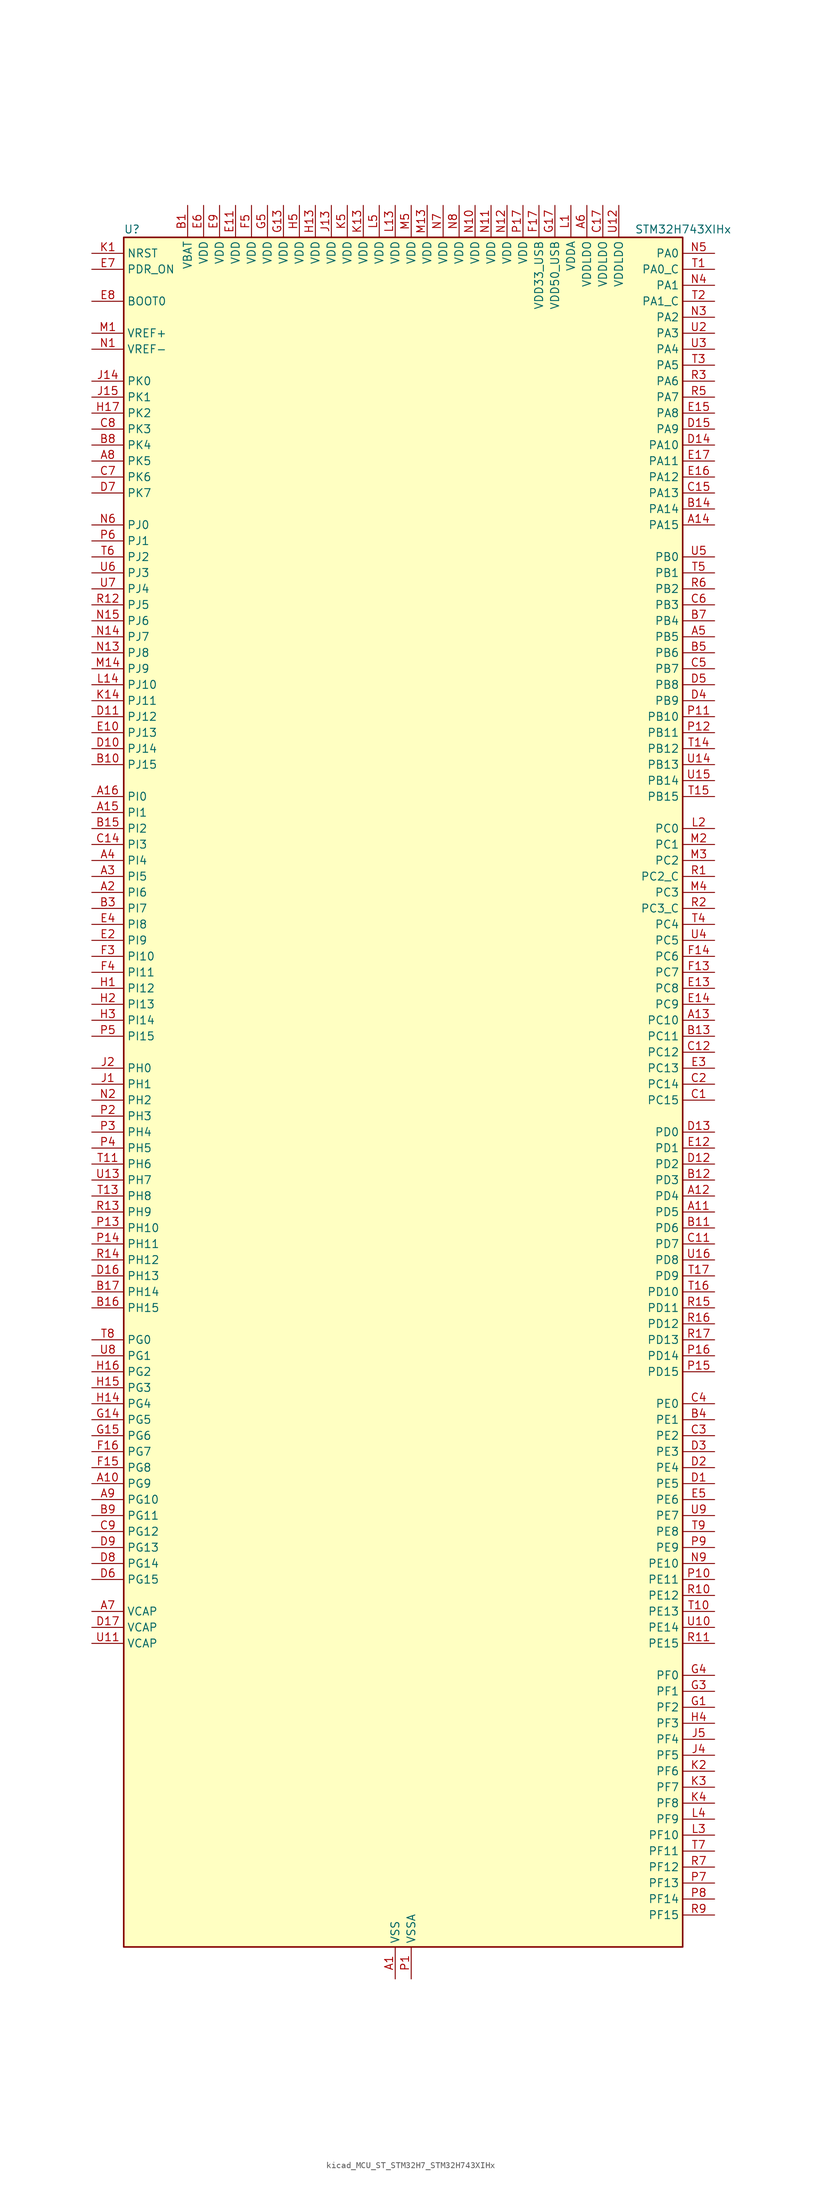
<source format=kicad_sym>
(kicad_symbol_lib
  (version 20220914)
  (generator kicad_symbol_editor)
  (symbol "kicad_MCU_ST_STM32H7_STM32H743XIHx"
    (property "Reference" "U"
      (at -43.18 138.43 0)
      (effects (font (size 1.27 1.27)) (justify left)))
    (property "Value" "STM32H743XIHx"
      (at 38.1 138.43 0)
      (effects (font (size 1.27 1.27)) (justify left)))
    (property "ki_locked" ""
      (at 0 0 0)
      (effects (font (size 1.27 1.27))))
    (symbol "kicad_MCU_ST_STM32H7_STM32H743XIHx_0_1"
      (rectangle (start -43.18 -134.62) (end 45.72 137.16) (stroke (width 0.254) (type default)) (fill (type background))))
    (symbol "kicad_MCU_ST_STM32H7_STM32H743XIHx_1_1"
      (pin power_in line (at 0 -139.7 90) (length 5.08) (name "VSS" (effects (font (size 1.27 1.27)))) (number "A1" (effects (font (size 1.27 1.27)))))
      (pin bidirectional line (at -48.26 -60.96 0) (length 5.08) (name "PG9" (effects (font (size 1.27 1.27)))) (number "A10" (effects (font (size 1.27 1.27)))) (alternate "DAC1_EXTI9" bidirectional line) (alternate "DCMI_VSYNC" bidirectional line) (alternate "FMC_NCE" bidirectional line) (alternate "FMC_NE2" bidirectional line) (alternate "I2S1_SDI" bidirectional line) (alternate "QUADSPI_BK2_IO2" bidirectional line) (alternate "SAI2_FS_B" bidirectional line) (alternate "SPDIFRX1_IN3" bidirectional line) (alternate "SPI1_MISO" bidirectional line) (alternate "USART6_RX" bidirectional line))
      (pin bidirectional line (at 50.8 -17.78 180) (length 5.08) (name "PD5" (effects (font (size 1.27 1.27)))) (number "A11" (effects (font (size 1.27 1.27)))) (alternate "FMC_NWE" bidirectional line) (alternate "HRTIM_EEV3" bidirectional line) (alternate "USART2_TX" bidirectional line))
      (pin bidirectional line (at 50.8 -15.24 180) (length 5.08) (name "PD4" (effects (font (size 1.27 1.27)))) (number "A12" (effects (font (size 1.27 1.27)))) (alternate "FMC_NOE" bidirectional line) (alternate "HRTIM_FLT3" bidirectional line) (alternate "SAI3_FS_A" bidirectional line) (alternate "USART2_DE" bidirectional line) (alternate "USART2_RTS" bidirectional line))
      (pin bidirectional line (at 50.8 12.7 180) (length 5.08) (name "PC10" (effects (font (size 1.27 1.27)))) (number "A13" (effects (font (size 1.27 1.27)))) (alternate "DCMI_D8" bidirectional line) (alternate "DFSDM1_CKIN5" bidirectional line) (alternate "HRTIM_EEV1" bidirectional line) (alternate "I2S3_CK" bidirectional line) (alternate "LTDC_R2" bidirectional line) (alternate "QUADSPI_BK1_IO1" bidirectional line) (alternate "SDMMC1_D2" bidirectional line) (alternate "SPI3_SCK" bidirectional line) (alternate "UART4_TX" bidirectional line) (alternate "USART3_TX" bidirectional line))
      (pin bidirectional line (at 50.8 91.44 180) (length 5.08) (name "PA15" (effects (font (size 1.27 1.27)))) (number "A14" (effects (font (size 1.27 1.27)))) (alternate "ADC1_EXTI15" bidirectional line) (alternate "ADC2_EXTI15" bidirectional line) (alternate "ADC3_EXTI15" bidirectional line) (alternate "CEC" bidirectional line) (alternate "DEBUG_JTDI" bidirectional line) (alternate "HRTIM_FLT1" bidirectional line) (alternate "I2S1_WS" bidirectional line) (alternate "I2S3_WS" bidirectional line) (alternate "SPI1_NSS" bidirectional line) (alternate "SPI3_NSS" bidirectional line) (alternate "SPI6_NSS" bidirectional line) (alternate "TIM2_CH1" bidirectional line) (alternate "TIM2_ETR" bidirectional line) (alternate "UART4_DE" bidirectional line) (alternate "UART4_RTS" bidirectional line) (alternate "UART7_TX" bidirectional line))
      (pin bidirectional line (at -48.26 45.72 0) (length 5.08) (name "PI1" (effects (font (size 1.27 1.27)))) (number "A15" (effects (font (size 1.27 1.27)))) (alternate "DCMI_D8" bidirectional line) (alternate "FMC_D25" bidirectional line) (alternate "I2S2_CK" bidirectional line) (alternate "LTDC_G6" bidirectional line) (alternate "SPI2_SCK" bidirectional line) (alternate "TIM8_BKIN2" bidirectional line) (alternate "TIM8_BKIN2_COMP1" bidirectional line) (alternate "TIM8_BKIN2_COMP2" bidirectional line))
      (pin bidirectional line (at -48.26 48.26 0) (length 5.08) (name "PI0" (effects (font (size 1.27 1.27)))) (number "A16" (effects (font (size 1.27 1.27)))) (alternate "DCMI_D13" bidirectional line) (alternate "FMC_D24" bidirectional line) (alternate "I2S2_WS" bidirectional line) (alternate "LTDC_G5" bidirectional line) (alternate "SPI2_NSS" bidirectional line) (alternate "TIM5_CH4" bidirectional line))
      (pin passive line (at 0 -139.7 90) (length 5.08) hide (name "VSS" (effects (font (size 1.27 1.27)))) (number "A17" (effects (font (size 1.27 1.27)))))
      (pin bidirectional line (at -48.26 33.02 0) (length 5.08) (name "PI6" (effects (font (size 1.27 1.27)))) (number "A2" (effects (font (size 1.27 1.27)))) (alternate "DCMI_D6" bidirectional line) (alternate "FMC_D28" bidirectional line) (alternate "LTDC_B6" bidirectional line) (alternate "SAI2_SD_A" bidirectional line) (alternate "TIM8_CH2" bidirectional line))
      (pin bidirectional line (at -48.26 35.56 0) (length 5.08) (name "PI5" (effects (font (size 1.27 1.27)))) (number "A3" (effects (font (size 1.27 1.27)))) (alternate "DCMI_VSYNC" bidirectional line) (alternate "FMC_NBL3" bidirectional line) (alternate "LTDC_B5" bidirectional line) (alternate "SAI2_SCK_A" bidirectional line) (alternate "TIM8_CH1" bidirectional line))
      (pin bidirectional line (at -48.26 38.1 0) (length 5.08) (name "PI4" (effects (font (size 1.27 1.27)))) (number "A4" (effects (font (size 1.27 1.27)))) (alternate "DCMI_D5" bidirectional line) (alternate "FMC_NBL2" bidirectional line) (alternate "LTDC_B4" bidirectional line) (alternate "SAI2_MCLK_A" bidirectional line) (alternate "TIM8_BKIN" bidirectional line) (alternate "TIM8_BKIN_COMP1" bidirectional line) (alternate "TIM8_BKIN_COMP2" bidirectional line))
      (pin bidirectional line (at 50.8 73.66 180) (length 5.08) (name "PB5" (effects (font (size 1.27 1.27)))) (number "A5" (effects (font (size 1.27 1.27)))) (alternate "DCMI_D10" bidirectional line) (alternate "ETH_PPS_OUT" bidirectional line) (alternate "FDCAN2_RX" bidirectional line) (alternate "FMC_SDCKE1" bidirectional line) (alternate "HRTIM_EEV7" bidirectional line) (alternate "I2C1_SMBA" bidirectional line) (alternate "I2C4_SMBA" bidirectional line) (alternate "I2S1_SDO" bidirectional line) (alternate "I2S3_SDO" bidirectional line) (alternate "SPI1_MOSI" bidirectional line) (alternate "SPI3_MOSI" bidirectional line) (alternate "SPI6_MOSI" bidirectional line) (alternate "TIM17_BKIN" bidirectional line) (alternate "TIM3_CH2" bidirectional line) (alternate "UART5_RX" bidirectional line) (alternate "USB_OTG_HS_ULPI_D7" bidirectional line))
      (pin power_in line (at 30.48 142.24 270) (length 5.08) (name "VDDLDO" (effects (font (size 1.27 1.27)))) (number "A6" (effects (font (size 1.27 1.27)))))
      (pin power_out line (at -48.26 -81.28 0) (length 5.08) (name "VCAP" (effects (font (size 1.27 1.27)))) (number "A7" (effects (font (size 1.27 1.27)))))
      (pin bidirectional line (at -48.26 101.6 0) (length 5.08) (name "PK5" (effects (font (size 1.27 1.27)))) (number "A8" (effects (font (size 1.27 1.27)))) (alternate "LTDC_B6" bidirectional line))
      (pin bidirectional line (at -48.26 -63.5 0) (length 5.08) (name "PG10" (effects (font (size 1.27 1.27)))) (number "A9" (effects (font (size 1.27 1.27)))) (alternate "DCMI_D2" bidirectional line) (alternate "FMC_NE3" bidirectional line) (alternate "HRTIM_FLT5" bidirectional line) (alternate "I2S1_WS" bidirectional line) (alternate "LTDC_B2" bidirectional line) (alternate "LTDC_G3" bidirectional line) (alternate "SAI2_SD_B" bidirectional line) (alternate "SPI1_NSS" bidirectional line))
      (pin power_in line (at -33.02 142.24 270) (length 5.08) (name "VBAT" (effects (font (size 1.27 1.27)))) (number "B1" (effects (font (size 1.27 1.27)))))
      (pin bidirectional line (at -48.26 53.34 0) (length 5.08) (name "PJ15" (effects (font (size 1.27 1.27)))) (number "B10" (effects (font (size 1.27 1.27)))) (alternate "ADC1_EXTI15" bidirectional line) (alternate "ADC2_EXTI15" bidirectional line) (alternate "ADC3_EXTI15" bidirectional line) (alternate "LTDC_B3" bidirectional line))
      (pin bidirectional line (at 50.8 -20.32 180) (length 5.08) (name "PD6" (effects (font (size 1.27 1.27)))) (number "B11" (effects (font (size 1.27 1.27)))) (alternate "DCMI_D10" bidirectional line) (alternate "DFSDM1_CKIN4" bidirectional line) (alternate "DFSDM1_DATIN1" bidirectional line) (alternate "FMC_NWAIT" bidirectional line) (alternate "I2S3_SDO" bidirectional line) (alternate "LTDC_B2" bidirectional line) (alternate "SAI1_D1" bidirectional line) (alternate "SAI1_SD_A" bidirectional line) (alternate "SAI4_D1" bidirectional line) (alternate "SAI4_SD_A" bidirectional line) (alternate "SDMMC2_CK" bidirectional line) (alternate "SPI3_MOSI" bidirectional line) (alternate "USART2_RX" bidirectional line))
      (pin bidirectional line (at 50.8 -12.7 180) (length 5.08) (name "PD3" (effects (font (size 1.27 1.27)))) (number "B12" (effects (font (size 1.27 1.27)))) (alternate "DCMI_D5" bidirectional line) (alternate "DFSDM1_CKOUT" bidirectional line) (alternate "FMC_CLK" bidirectional line) (alternate "I2S2_CK" bidirectional line) (alternate "LTDC_G7" bidirectional line) (alternate "SPI2_SCK" bidirectional line) (alternate "USART2_CTS" bidirectional line) (alternate "USART2_NSS" bidirectional line))
      (pin bidirectional line (at 50.8 10.16 180) (length 5.08) (name "PC11" (effects (font (size 1.27 1.27)))) (number "B13" (effects (font (size 1.27 1.27)))) (alternate "ADC1_EXTI11" bidirectional line) (alternate "ADC2_EXTI11" bidirectional line) (alternate "ADC3_EXTI11" bidirectional line) (alternate "DCMI_D4" bidirectional line) (alternate "DFSDM1_DATIN5" bidirectional line) (alternate "HRTIM_FLT2" bidirectional line) (alternate "I2S3_SDI" bidirectional line) (alternate "QUADSPI_BK2_NCS" bidirectional line) (alternate "SDMMC1_D3" bidirectional line) (alternate "SPI3_MISO" bidirectional line) (alternate "UART4_RX" bidirectional line) (alternate "USART3_RX" bidirectional line))
      (pin bidirectional line (at 50.8 93.98 180) (length 5.08) (name "PA14" (effects (font (size 1.27 1.27)))) (number "B14" (effects (font (size 1.27 1.27)))) (alternate "DEBUG_JTCK-SWCLK" bidirectional line))
      (pin bidirectional line (at -48.26 43.18 0) (length 5.08) (name "PI2" (effects (font (size 1.27 1.27)))) (number "B15" (effects (font (size 1.27 1.27)))) (alternate "DCMI_D9" bidirectional line) (alternate "FMC_D26" bidirectional line) (alternate "I2S2_SDI" bidirectional line) (alternate "LTDC_G7" bidirectional line) (alternate "SPI2_MISO" bidirectional line) (alternate "TIM8_CH4" bidirectional line))
      (pin bidirectional line (at -48.26 -33.02 0) (length 5.08) (name "PH15" (effects (font (size 1.27 1.27)))) (number "B16" (effects (font (size 1.27 1.27)))) (alternate "ADC1_EXTI15" bidirectional line) (alternate "ADC2_EXTI15" bidirectional line) (alternate "ADC3_EXTI15" bidirectional line) (alternate "DCMI_D11" bidirectional line) (alternate "FMC_D23" bidirectional line) (alternate "LTDC_G4" bidirectional line) (alternate "TIM8_CH3N" bidirectional line))
      (pin bidirectional line (at -48.26 -30.48 0) (length 5.08) (name "PH14" (effects (font (size 1.27 1.27)))) (number "B17" (effects (font (size 1.27 1.27)))) (alternate "DCMI_D4" bidirectional line) (alternate "FDCAN1_RX" bidirectional line) (alternate "FMC_D22" bidirectional line) (alternate "LTDC_G3" bidirectional line) (alternate "TIM8_CH2N" bidirectional line) (alternate "UART4_RX" bidirectional line))
      (pin passive line (at 0 -139.7 90) (length 5.08) hide (name "VSS" (effects (font (size 1.27 1.27)))) (number "B2" (effects (font (size 1.27 1.27)))))
      (pin bidirectional line (at -48.26 30.48 0) (length 5.08) (name "PI7" (effects (font (size 1.27 1.27)))) (number "B3" (effects (font (size 1.27 1.27)))) (alternate "DCMI_D7" bidirectional line) (alternate "FMC_D29" bidirectional line) (alternate "LTDC_B7" bidirectional line) (alternate "SAI2_FS_A" bidirectional line) (alternate "TIM8_CH3" bidirectional line))
      (pin bidirectional line (at 50.8 -50.8 180) (length 5.08) (name "PE1" (effects (font (size 1.27 1.27)))) (number "B4" (effects (font (size 1.27 1.27)))) (alternate "DCMI_D3" bidirectional line) (alternate "FMC_NBL1" bidirectional line) (alternate "HRTIM_SCOUT" bidirectional line) (alternate "LPTIM1_IN2" bidirectional line) (alternate "UART8_TX" bidirectional line))
      (pin bidirectional line (at 50.8 71.12 180) (length 5.08) (name "PB6" (effects (font (size 1.27 1.27)))) (number "B5" (effects (font (size 1.27 1.27)))) (alternate "CEC" bidirectional line) (alternate "DCMI_D5" bidirectional line) (alternate "DFSDM1_DATIN5" bidirectional line) (alternate "FDCAN2_TX" bidirectional line) (alternate "FMC_SDNE1" bidirectional line) (alternate "HRTIM_EEV8" bidirectional line) (alternate "I2C1_SCL" bidirectional line) (alternate "I2C4_SCL" bidirectional line) (alternate "LPUART1_TX" bidirectional line) (alternate "QUADSPI_BK1_NCS" bidirectional line) (alternate "TIM16_CH1N" bidirectional line) (alternate "TIM4_CH1" bidirectional line) (alternate "UART5_TX" bidirectional line) (alternate "USART1_TX" bidirectional line))
      (pin passive line (at 0 -139.7 90) (length 5.08) hide (name "VSS" (effects (font (size 1.27 1.27)))) (number "B6" (effects (font (size 1.27 1.27)))))
      (pin bidirectional line (at 50.8 76.2 180) (length 5.08) (name "PB4" (effects (font (size 1.27 1.27)))) (number "B7" (effects (font (size 1.27 1.27)))) (alternate "DEBUG_JTRST" bidirectional line) (alternate "HRTIM_EEV6" bidirectional line) (alternate "I2S1_SDI" bidirectional line) (alternate "I2S2_WS" bidirectional line) (alternate "I2S3_SDI" bidirectional line) (alternate "SDMMC2_D3" bidirectional line) (alternate "SPI1_MISO" bidirectional line) (alternate "SPI2_NSS" bidirectional line) (alternate "SPI3_MISO" bidirectional line) (alternate "SPI6_MISO" bidirectional line) (alternate "TIM16_BKIN" bidirectional line) (alternate "TIM3_CH1" bidirectional line) (alternate "UART7_TX" bidirectional line))
      (pin bidirectional line (at -48.26 104.14 0) (length 5.08) (name "PK4" (effects (font (size 1.27 1.27)))) (number "B8" (effects (font (size 1.27 1.27)))) (alternate "LTDC_B5" bidirectional line))
      (pin bidirectional line (at -48.26 -66.04 0) (length 5.08) (name "PG11" (effects (font (size 1.27 1.27)))) (number "B9" (effects (font (size 1.27 1.27)))) (alternate "ADC1_EXTI11" bidirectional line) (alternate "ADC2_EXTI11" bidirectional line) (alternate "ADC3_EXTI11" bidirectional line) (alternate "DCMI_D3" bidirectional line) (alternate "ETH_TX_EN" bidirectional line) (alternate "HRTIM_EEV4" bidirectional line) (alternate "I2S1_CK" bidirectional line) (alternate "LPTIM1_IN2" bidirectional line) (alternate "LTDC_B3" bidirectional line) (alternate "SDMMC2_D2" bidirectional line) (alternate "SPDIFRX1_IN0" bidirectional line) (alternate "SPI1_SCK" bidirectional line))
      (pin bidirectional line (at 50.8 0 180) (length 5.08) (name "PC15" (effects (font (size 1.27 1.27)))) (number "C1" (effects (font (size 1.27 1.27)))) (alternate "ADC1_EXTI15" bidirectional line) (alternate "ADC2_EXTI15" bidirectional line) (alternate "ADC3_EXTI15" bidirectional line) (alternate "RCC_OSC32_OUT" bidirectional line))
      (pin passive line (at 0 -139.7 90) (length 5.08) hide (name "VSS" (effects (font (size 1.27 1.27)))) (number "C10" (effects (font (size 1.27 1.27)))))
      (pin bidirectional line (at 50.8 -22.86 180) (length 5.08) (name "PD7" (effects (font (size 1.27 1.27)))) (number "C11" (effects (font (size 1.27 1.27)))) (alternate "DFSDM1_CKIN1" bidirectional line) (alternate "DFSDM1_DATIN4" bidirectional line) (alternate "FMC_NE1" bidirectional line) (alternate "I2S1_SDO" bidirectional line) (alternate "SDMMC2_CMD" bidirectional line) (alternate "SPDIFRX1_IN0" bidirectional line) (alternate "SPI1_MOSI" bidirectional line) (alternate "USART2_CK" bidirectional line))
      (pin bidirectional line (at 50.8 7.62 180) (length 5.08) (name "PC12" (effects (font (size 1.27 1.27)))) (number "C12" (effects (font (size 1.27 1.27)))) (alternate "DCMI_D9" bidirectional line) (alternate "DEBUG_TRACED3" bidirectional line) (alternate "HRTIM_EEV2" bidirectional line) (alternate "I2S3_SDO" bidirectional line) (alternate "SDMMC1_CK" bidirectional line) (alternate "SPI3_MOSI" bidirectional line) (alternate "UART5_TX" bidirectional line) (alternate "USART3_CK" bidirectional line))
      (pin passive line (at 0 -139.7 90) (length 5.08) hide (name "VSS" (effects (font (size 1.27 1.27)))) (number "C13" (effects (font (size 1.27 1.27)))))
      (pin bidirectional line (at -48.26 40.64 0) (length 5.08) (name "PI3" (effects (font (size 1.27 1.27)))) (number "C14" (effects (font (size 1.27 1.27)))) (alternate "DCMI_D10" bidirectional line) (alternate "FMC_D27" bidirectional line) (alternate "I2S2_SDO" bidirectional line) (alternate "SPI2_MOSI" bidirectional line) (alternate "TIM8_ETR" bidirectional line))
      (pin bidirectional line (at 50.8 96.52 180) (length 5.08) (name "PA13" (effects (font (size 1.27 1.27)))) (number "C15" (effects (font (size 1.27 1.27)))) (alternate "DEBUG_JTMS-SWDIO" bidirectional line))
      (pin passive line (at 0 -139.7 90) (length 5.08) hide (name "VSS" (effects (font (size 1.27 1.27)))) (number "C16" (effects (font (size 1.27 1.27)))))
      (pin power_in line (at 33.02 142.24 270) (length 5.08) (name "VDDLDO" (effects (font (size 1.27 1.27)))) (number "C17" (effects (font (size 1.27 1.27)))))
      (pin bidirectional line (at 50.8 2.54 180) (length 5.08) (name "PC14" (effects (font (size 1.27 1.27)))) (number "C2" (effects (font (size 1.27 1.27)))) (alternate "RCC_OSC32_IN" bidirectional line))
      (pin bidirectional line (at 50.8 -53.34 180) (length 5.08) (name "PE2" (effects (font (size 1.27 1.27)))) (number "C3" (effects (font (size 1.27 1.27)))) (alternate "DEBUG_TRACECLK" bidirectional line) (alternate "ETH_TXD3" bidirectional line) (alternate "FMC_A23" bidirectional line) (alternate "QUADSPI_BK1_IO2" bidirectional line) (alternate "SAI1_CK1" bidirectional line) (alternate "SAI1_MCLK_A" bidirectional line) (alternate "SAI4_CK1" bidirectional line) (alternate "SAI4_MCLK_A" bidirectional line) (alternate "SPI4_SCK" bidirectional line))
      (pin bidirectional line (at 50.8 -48.26 180) (length 5.08) (name "PE0" (effects (font (size 1.27 1.27)))) (number "C4" (effects (font (size 1.27 1.27)))) (alternate "DCMI_D2" bidirectional line) (alternate "FMC_NBL0" bidirectional line) (alternate "HRTIM_SCIN" bidirectional line) (alternate "LPTIM1_ETR" bidirectional line) (alternate "LPTIM2_ETR" bidirectional line) (alternate "SAI2_MCLK_A" bidirectional line) (alternate "TIM4_ETR" bidirectional line) (alternate "UART8_RX" bidirectional line))
      (pin bidirectional line (at 50.8 68.58 180) (length 5.08) (name "PB7" (effects (font (size 1.27 1.27)))) (number "C5" (effects (font (size 1.27 1.27)))) (alternate "DCMI_VSYNC" bidirectional line) (alternate "DFSDM1_CKIN5" bidirectional line) (alternate "FMC_NL" bidirectional line) (alternate "HRTIM_EEV9" bidirectional line) (alternate "I2C1_SDA" bidirectional line) (alternate "I2C4_SDA" bidirectional line) (alternate "LPUART1_RX" bidirectional line) (alternate "PWR_PVD_IN" bidirectional line) (alternate "TIM17_CH1N" bidirectional line) (alternate "TIM4_CH2" bidirectional line) (alternate "USART1_RX" bidirectional line))
      (pin bidirectional line (at 50.8 78.74 180) (length 5.08) (name "PB3" (effects (font (size 1.27 1.27)))) (number "C6" (effects (font (size 1.27 1.27)))) (alternate "CRS_SYNC" bidirectional line) (alternate "DEBUG_JTDO-SWO" bidirectional line) (alternate "HRTIM_FLT4" bidirectional line) (alternate "I2S1_CK" bidirectional line) (alternate "I2S3_CK" bidirectional line) (alternate "SDMMC2_D2" bidirectional line) (alternate "SPI1_SCK" bidirectional line) (alternate "SPI3_SCK" bidirectional line) (alternate "SPI6_SCK" bidirectional line) (alternate "TIM2_CH2" bidirectional line) (alternate "UART7_RX" bidirectional line))
      (pin bidirectional line (at -48.26 99.06 0) (length 5.08) (name "PK6" (effects (font (size 1.27 1.27)))) (number "C7" (effects (font (size 1.27 1.27)))) (alternate "LTDC_B7" bidirectional line))
      (pin bidirectional line (at -48.26 106.68 0) (length 5.08) (name "PK3" (effects (font (size 1.27 1.27)))) (number "C8" (effects (font (size 1.27 1.27)))) (alternate "LTDC_B4" bidirectional line))
      (pin bidirectional line (at -48.26 -68.58 0) (length 5.08) (name "PG12" (effects (font (size 1.27 1.27)))) (number "C9" (effects (font (size 1.27 1.27)))) (alternate "ETH_TXD1" bidirectional line) (alternate "FMC_NE4" bidirectional line) (alternate "HRTIM_EEV5" bidirectional line) (alternate "LPTIM1_IN1" bidirectional line) (alternate "LTDC_B1" bidirectional line) (alternate "LTDC_B4" bidirectional line) (alternate "SPDIFRX1_IN1" bidirectional line) (alternate "SPI6_MISO" bidirectional line) (alternate "USART6_DE" bidirectional line) (alternate "USART6_RTS" bidirectional line))
      (pin bidirectional line (at 50.8 -60.96 180) (length 5.08) (name "PE5" (effects (font (size 1.27 1.27)))) (number "D1" (effects (font (size 1.27 1.27)))) (alternate "DCMI_D6" bidirectional line) (alternate "DEBUG_TRACED2" bidirectional line) (alternate "DFSDM1_CKIN3" bidirectional line) (alternate "FMC_A21" bidirectional line) (alternate "LTDC_G0" bidirectional line) (alternate "SAI1_CK2" bidirectional line) (alternate "SAI1_SCK_A" bidirectional line) (alternate "SAI4_CK2" bidirectional line) (alternate "SAI4_SCK_A" bidirectional line) (alternate "SPI4_MISO" bidirectional line) (alternate "TIM15_CH1" bidirectional line))
      (pin bidirectional line (at -48.26 55.88 0) (length 5.08) (name "PJ14" (effects (font (size 1.27 1.27)))) (number "D10" (effects (font (size 1.27 1.27)))) (alternate "LTDC_B2" bidirectional line))
      (pin bidirectional line (at -48.26 60.96 0) (length 5.08) (name "PJ12" (effects (font (size 1.27 1.27)))) (number "D11" (effects (font (size 1.27 1.27)))) (alternate "DEBUG_TRGOUT" bidirectional line) (alternate "LTDC_B0" bidirectional line) (alternate "LTDC_G3" bidirectional line))
      (pin bidirectional line (at 50.8 -10.16 180) (length 5.08) (name "PD2" (effects (font (size 1.27 1.27)))) (number "D12" (effects (font (size 1.27 1.27)))) (alternate "DCMI_D11" bidirectional line) (alternate "DEBUG_TRACED2" bidirectional line) (alternate "SDMMC1_CMD" bidirectional line) (alternate "TIM3_ETR" bidirectional line) (alternate "UART5_RX" bidirectional line))
      (pin bidirectional line (at 50.8 -5.08 180) (length 5.08) (name "PD0" (effects (font (size 1.27 1.27)))) (number "D13" (effects (font (size 1.27 1.27)))) (alternate "DFSDM1_CKIN6" bidirectional line) (alternate "FDCAN1_RX" bidirectional line) (alternate "FMC_D2" bidirectional line) (alternate "FMC_DA2" bidirectional line) (alternate "SAI3_SCK_A" bidirectional line) (alternate "UART4_RX" bidirectional line))
      (pin bidirectional line (at 50.8 104.14 180) (length 5.08) (name "PA10" (effects (font (size 1.27 1.27)))) (number "D14" (effects (font (size 1.27 1.27)))) (alternate "DCMI_D1" bidirectional line) (alternate "HRTIM_CHC2" bidirectional line) (alternate "LPUART1_RX" bidirectional line) (alternate "LTDC_B1" bidirectional line) (alternate "LTDC_B4" bidirectional line) (alternate "MDIOS_MDIO" bidirectional line) (alternate "TIM1_CH3" bidirectional line) (alternate "USART1_RX" bidirectional line) (alternate "USB_OTG_FS_ID" bidirectional line))
      (pin bidirectional line (at 50.8 106.68 180) (length 5.08) (name "PA9" (effects (font (size 1.27 1.27)))) (number "D15" (effects (font (size 1.27 1.27)))) (alternate "DAC1_EXTI9" bidirectional line) (alternate "DCMI_D0" bidirectional line) (alternate "HRTIM_CHC1" bidirectional line) (alternate "I2C3_SMBA" bidirectional line) (alternate "I2S2_CK" bidirectional line) (alternate "LPUART1_TX" bidirectional line) (alternate "LTDC_R5" bidirectional line) (alternate "SPI2_SCK" bidirectional line) (alternate "TIM1_CH2" bidirectional line) (alternate "USART1_TX" bidirectional line) (alternate "USB_OTG_FS_VBUS" bidirectional line))
      (pin bidirectional line (at -48.26 -27.94 0) (length 5.08) (name "PH13" (effects (font (size 1.27 1.27)))) (number "D16" (effects (font (size 1.27 1.27)))) (alternate "FDCAN1_TX" bidirectional line) (alternate "FMC_D21" bidirectional line) (alternate "LTDC_G2" bidirectional line) (alternate "TIM8_CH1N" bidirectional line) (alternate "UART4_TX" bidirectional line))
      (pin power_out line (at -48.26 -83.82 0) (length 5.08) (name "VCAP" (effects (font (size 1.27 1.27)))) (number "D17" (effects (font (size 1.27 1.27)))))
      (pin bidirectional line (at 50.8 -58.42 180) (length 5.08) (name "PE4" (effects (font (size 1.27 1.27)))) (number "D2" (effects (font (size 1.27 1.27)))) (alternate "DCMI_D4" bidirectional line) (alternate "DEBUG_TRACED1" bidirectional line) (alternate "DFSDM1_DATIN3" bidirectional line) (alternate "FMC_A20" bidirectional line) (alternate "LTDC_B0" bidirectional line) (alternate "SAI1_D2" bidirectional line) (alternate "SAI1_FS_A" bidirectional line) (alternate "SAI4_D2" bidirectional line) (alternate "SAI4_FS_A" bidirectional line) (alternate "SPI4_NSS" bidirectional line) (alternate "TIM15_CH1N" bidirectional line))
      (pin bidirectional line (at 50.8 -55.88 180) (length 5.08) (name "PE3" (effects (font (size 1.27 1.27)))) (number "D3" (effects (font (size 1.27 1.27)))) (alternate "DEBUG_TRACED0" bidirectional line) (alternate "FMC_A19" bidirectional line) (alternate "SAI1_SD_B" bidirectional line) (alternate "SAI4_SD_B" bidirectional line) (alternate "TIM15_BKIN" bidirectional line))
      (pin bidirectional line (at 50.8 63.5 180) (length 5.08) (name "PB9" (effects (font (size 1.27 1.27)))) (number "D4" (effects (font (size 1.27 1.27)))) (alternate "DAC1_EXTI9" bidirectional line) (alternate "DCMI_D7" bidirectional line) (alternate "DFSDM1_DATIN7" bidirectional line) (alternate "FDCAN1_TX" bidirectional line) (alternate "I2C1_SDA" bidirectional line) (alternate "I2C4_SDA" bidirectional line) (alternate "I2C4_SMBA" bidirectional line) (alternate "I2S2_WS" bidirectional line) (alternate "LTDC_B7" bidirectional line) (alternate "SDMMC1_CDIR" bidirectional line) (alternate "SDMMC1_D5" bidirectional line) (alternate "SDMMC2_D5" bidirectional line) (alternate "SPI2_NSS" bidirectional line) (alternate "TIM17_CH1" bidirectional line) (alternate "TIM4_CH4" bidirectional line) (alternate "UART4_TX" bidirectional line))
      (pin bidirectional line (at 50.8 66.04 180) (length 5.08) (name "PB8" (effects (font (size 1.27 1.27)))) (number "D5" (effects (font (size 1.27 1.27)))) (alternate "DCMI_D6" bidirectional line) (alternate "DFSDM1_CKIN7" bidirectional line) (alternate "ETH_TXD3" bidirectional line) (alternate "FDCAN1_RX" bidirectional line) (alternate "I2C1_SCL" bidirectional line) (alternate "I2C4_SCL" bidirectional line) (alternate "LTDC_B6" bidirectional line) (alternate "SDMMC1_CKIN" bidirectional line) (alternate "SDMMC1_D4" bidirectional line) (alternate "SDMMC2_D4" bidirectional line) (alternate "TIM16_CH1" bidirectional line) (alternate "TIM4_CH3" bidirectional line) (alternate "UART4_RX" bidirectional line))
      (pin bidirectional line (at -48.26 -76.2 0) (length 5.08) (name "PG15" (effects (font (size 1.27 1.27)))) (number "D6" (effects (font (size 1.27 1.27)))) (alternate "ADC1_EXTI15" bidirectional line) (alternate "ADC2_EXTI15" bidirectional line) (alternate "ADC3_EXTI15" bidirectional line) (alternate "DCMI_D13" bidirectional line) (alternate "FMC_SDNCAS" bidirectional line) (alternate "USART6_CTS" bidirectional line) (alternate "USART6_NSS" bidirectional line))
      (pin bidirectional line (at -48.26 96.52 0) (length 5.08) (name "PK7" (effects (font (size 1.27 1.27)))) (number "D7" (effects (font (size 1.27 1.27)))) (alternate "LTDC_DE" bidirectional line))
      (pin bidirectional line (at -48.26 -73.66 0) (length 5.08) (name "PG14" (effects (font (size 1.27 1.27)))) (number "D8" (effects (font (size 1.27 1.27)))) (alternate "DEBUG_TRACED1" bidirectional line) (alternate "ETH_TXD1" bidirectional line) (alternate "FMC_A25" bidirectional line) (alternate "LPTIM1_ETR" bidirectional line) (alternate "LTDC_B0" bidirectional line) (alternate "QUADSPI_BK2_IO3" bidirectional line) (alternate "SPI6_MOSI" bidirectional line) (alternate "USART6_TX" bidirectional line))
      (pin bidirectional line (at -48.26 -71.12 0) (length 5.08) (name "PG13" (effects (font (size 1.27 1.27)))) (number "D9" (effects (font (size 1.27 1.27)))) (alternate "DEBUG_TRACED0" bidirectional line) (alternate "ETH_TXD0" bidirectional line) (alternate "FMC_A24" bidirectional line) (alternate "HRTIM_EEV10" bidirectional line) (alternate "LPTIM1_OUT" bidirectional line) (alternate "LTDC_R0" bidirectional line) (alternate "SPI6_SCK" bidirectional line) (alternate "USART6_CTS" bidirectional line) (alternate "USART6_NSS" bidirectional line))
      (pin no_connect line (at -43.18 -134.62 0) (length 5.08) hide (name "NC" (effects (font (size 1.27 1.27)))) (number "E1" (effects (font (size 1.27 1.27)))))
      (pin bidirectional line (at -48.26 58.42 0) (length 5.08) (name "PJ13" (effects (font (size 1.27 1.27)))) (number "E10" (effects (font (size 1.27 1.27)))) (alternate "LTDC_B1" bidirectional line) (alternate "LTDC_B4" bidirectional line))
      (pin power_in line (at -25.4 142.24 270) (length 5.08) (name "VDD" (effects (font (size 1.27 1.27)))) (number "E11" (effects (font (size 1.27 1.27)))))
      (pin bidirectional line (at 50.8 -7.62 180) (length 5.08) (name "PD1" (effects (font (size 1.27 1.27)))) (number "E12" (effects (font (size 1.27 1.27)))) (alternate "DFSDM1_DATIN6" bidirectional line) (alternate "FDCAN1_TX" bidirectional line) (alternate "FMC_D3" bidirectional line) (alternate "FMC_DA3" bidirectional line) (alternate "SAI3_SD_A" bidirectional line) (alternate "UART4_TX" bidirectional line))
      (pin bidirectional line (at 50.8 17.78 180) (length 5.08) (name "PC8" (effects (font (size 1.27 1.27)))) (number "E13" (effects (font (size 1.27 1.27)))) (alternate "DCMI_D2" bidirectional line) (alternate "DEBUG_TRACED1" bidirectional line) (alternate "FMC_NCE" bidirectional line) (alternate "FMC_NE2" bidirectional line) (alternate "HRTIM_CHB1" bidirectional line) (alternate "SDMMC1_D0" bidirectional line) (alternate "SWPMI1_RX" bidirectional line) (alternate "TIM3_CH3" bidirectional line) (alternate "TIM8_CH3" bidirectional line) (alternate "UART5_DE" bidirectional line) (alternate "UART5_RTS" bidirectional line) (alternate "USART6_CK" bidirectional line))
      (pin bidirectional line (at 50.8 15.24 180) (length 5.08) (name "PC9" (effects (font (size 1.27 1.27)))) (number "E14" (effects (font (size 1.27 1.27)))) (alternate "DAC1_EXTI9" bidirectional line) (alternate "DCMI_D3" bidirectional line) (alternate "I2C3_SDA" bidirectional line) (alternate "I2S_CKIN" bidirectional line) (alternate "LTDC_B2" bidirectional line) (alternate "LTDC_G3" bidirectional line) (alternate "QUADSPI_BK1_IO0" bidirectional line) (alternate "RCC_MCO_2" bidirectional line) (alternate "SDMMC1_D1" bidirectional line) (alternate "SWPMI1_SUSPEND" bidirectional line) (alternate "TIM3_CH4" bidirectional line) (alternate "TIM8_CH4" bidirectional line) (alternate "UART5_CTS" bidirectional line))
      (pin bidirectional line (at 50.8 109.22 180) (length 5.08) (name "PA8" (effects (font (size 1.27 1.27)))) (number "E15" (effects (font (size 1.27 1.27)))) (alternate "HRTIM_CHB2" bidirectional line) (alternate "I2C3_SCL" bidirectional line) (alternate "LTDC_B3" bidirectional line) (alternate "LTDC_R6" bidirectional line) (alternate "RCC_MCO_1" bidirectional line) (alternate "TIM1_CH1" bidirectional line) (alternate "TIM8_BKIN2" bidirectional line) (alternate "TIM8_BKIN2_COMP1" bidirectional line) (alternate "TIM8_BKIN2_COMP2" bidirectional line) (alternate "UART7_RX" bidirectional line) (alternate "USART1_CK" bidirectional line) (alternate "USB_OTG_FS_SOF" bidirectional line))
      (pin bidirectional line (at 50.8 99.06 180) (length 5.08) (name "PA12" (effects (font (size 1.27 1.27)))) (number "E16" (effects (font (size 1.27 1.27)))) (alternate "FDCAN1_TX" bidirectional line) (alternate "HRTIM_CHD2" bidirectional line) (alternate "I2S2_CK" bidirectional line) (alternate "LPUART1_DE" bidirectional line) (alternate "LPUART1_RTS" bidirectional line) (alternate "LTDC_R5" bidirectional line) (alternate "SAI2_FS_B" bidirectional line) (alternate "SPI2_SCK" bidirectional line) (alternate "TIM1_ETR" bidirectional line) (alternate "UART4_TX" bidirectional line) (alternate "USART1_DE" bidirectional line) (alternate "USART1_RTS" bidirectional line) (alternate "USB_OTG_FS_DP" bidirectional line))
      (pin bidirectional line (at 50.8 101.6 180) (length 5.08) (name "PA11" (effects (font (size 1.27 1.27)))) (number "E17" (effects (font (size 1.27 1.27)))) (alternate "ADC1_EXTI11" bidirectional line) (alternate "ADC2_EXTI11" bidirectional line) (alternate "ADC3_EXTI11" bidirectional line) (alternate "FDCAN1_RX" bidirectional line) (alternate "HRTIM_CHD1" bidirectional line) (alternate "I2S2_WS" bidirectional line) (alternate "LPUART1_CTS" bidirectional line) (alternate "LTDC_R4" bidirectional line) (alternate "SPI2_NSS" bidirectional line) (alternate "TIM1_CH4" bidirectional line) (alternate "UART4_RX" bidirectional line) (alternate "USART1_CTS" bidirectional line) (alternate "USART1_NSS" bidirectional line) (alternate "USB_OTG_FS_DM" bidirectional line))
      (pin bidirectional line (at -48.26 25.4 0) (length 5.08) (name "PI9" (effects (font (size 1.27 1.27)))) (number "E2" (effects (font (size 1.27 1.27)))) (alternate "DAC1_EXTI9" bidirectional line) (alternate "FDCAN1_RX" bidirectional line) (alternate "FMC_D30" bidirectional line) (alternate "LTDC_VSYNC" bidirectional line) (alternate "UART4_RX" bidirectional line))
      (pin bidirectional line (at 50.8 5.08 180) (length 5.08) (name "PC13" (effects (font (size 1.27 1.27)))) (number "E3" (effects (font (size 1.27 1.27)))) (alternate "PWR_WKUP2" bidirectional line) (alternate "RTC_OUT_ALARM" bidirectional line) (alternate "RTC_OUT_CALIB" bidirectional line) (alternate "RTC_TAMP1" bidirectional line) (alternate "RTC_TS" bidirectional line))
      (pin bidirectional line (at -48.26 27.94 0) (length 5.08) (name "PI8" (effects (font (size 1.27 1.27)))) (number "E4" (effects (font (size 1.27 1.27)))) (alternate "PWR_WKUP3" bidirectional line) (alternate "RTC_TAMP2" bidirectional line))
      (pin bidirectional line (at 50.8 -63.5 180) (length 5.08) (name "PE6" (effects (font (size 1.27 1.27)))) (number "E5" (effects (font (size 1.27 1.27)))) (alternate "DCMI_D7" bidirectional line) (alternate "DEBUG_TRACED3" bidirectional line) (alternate "FMC_A22" bidirectional line) (alternate "LTDC_G1" bidirectional line) (alternate "SAI1_D1" bidirectional line) (alternate "SAI1_SD_A" bidirectional line) (alternate "SAI2_MCLK_B" bidirectional line) (alternate "SAI4_D1" bidirectional line) (alternate "SAI4_SD_A" bidirectional line) (alternate "SPI4_MOSI" bidirectional line) (alternate "TIM15_CH2" bidirectional line) (alternate "TIM1_BKIN2" bidirectional line) (alternate "TIM1_BKIN2_COMP1" bidirectional line) (alternate "TIM1_BKIN2_COMP2" bidirectional line))
      (pin power_in line (at -30.48 142.24 270) (length 5.08) (name "VDD" (effects (font (size 1.27 1.27)))) (number "E6" (effects (font (size 1.27 1.27)))))
      (pin input line (at -48.26 132.08 0) (length 5.08) (name "PDR_ON" (effects (font (size 1.27 1.27)))) (number "E7" (effects (font (size 1.27 1.27)))))
      (pin input line (at -48.26 127 0) (length 5.08) (name "BOOT0" (effects (font (size 1.27 1.27)))) (number "E8" (effects (font (size 1.27 1.27)))))
      (pin power_in line (at -27.94 142.24 270) (length 5.08) (name "VDD" (effects (font (size 1.27 1.27)))) (number "E9" (effects (font (size 1.27 1.27)))))
      (pin passive line (at 0 -139.7 90) (length 5.08) hide (name "VSS" (effects (font (size 1.27 1.27)))) (number "F1" (effects (font (size 1.27 1.27)))))
      (pin bidirectional line (at 50.8 20.32 180) (length 5.08) (name "PC7" (effects (font (size 1.27 1.27)))) (number "F13" (effects (font (size 1.27 1.27)))) (alternate "DCMI_D1" bidirectional line) (alternate "DEBUG_TRGIO" bidirectional line) (alternate "DFSDM1_DATIN3" bidirectional line) (alternate "FMC_NE1" bidirectional line) (alternate "HRTIM_CHA2" bidirectional line) (alternate "I2S3_MCK" bidirectional line) (alternate "LTDC_G6" bidirectional line) (alternate "SDMMC1_D123DIR" bidirectional line) (alternate "SDMMC1_D7" bidirectional line) (alternate "SDMMC2_D7" bidirectional line) (alternate "SWPMI1_TX" bidirectional line) (alternate "TIM3_CH2" bidirectional line) (alternate "TIM8_CH2" bidirectional line) (alternate "USART6_RX" bidirectional line))
      (pin bidirectional line (at 50.8 22.86 180) (length 5.08) (name "PC6" (effects (font (size 1.27 1.27)))) (number "F14" (effects (font (size 1.27 1.27)))) (alternate "DCMI_D0" bidirectional line) (alternate "DFSDM1_CKIN3" bidirectional line) (alternate "FMC_NWAIT" bidirectional line) (alternate "HRTIM_CHA1" bidirectional line) (alternate "I2S2_MCK" bidirectional line) (alternate "LTDC_HSYNC" bidirectional line) (alternate "SDMMC1_D0DIR" bidirectional line) (alternate "SDMMC1_D6" bidirectional line) (alternate "SDMMC2_D6" bidirectional line) (alternate "SWPMI1_IO" bidirectional line) (alternate "TIM3_CH1" bidirectional line) (alternate "TIM8_CH1" bidirectional line) (alternate "USART6_TX" bidirectional line))
      (pin bidirectional line (at -48.26 -58.42 0) (length 5.08) (name "PG8" (effects (font (size 1.27 1.27)))) (number "F15" (effects (font (size 1.27 1.27)))) (alternate "ETH_PPS_OUT" bidirectional line) (alternate "FMC_SDCLK" bidirectional line) (alternate "LTDC_G7" bidirectional line) (alternate "SPDIFRX1_IN2" bidirectional line) (alternate "SPI6_NSS" bidirectional line) (alternate "TIM8_ETR" bidirectional line) (alternate "USART6_DE" bidirectional line) (alternate "USART6_RTS" bidirectional line))
      (pin bidirectional line (at -48.26 -55.88 0) (length 5.08) (name "PG7" (effects (font (size 1.27 1.27)))) (number "F16" (effects (font (size 1.27 1.27)))) (alternate "DCMI_D13" bidirectional line) (alternate "FMC_INT" bidirectional line) (alternate "HRTIM_CHE2" bidirectional line) (alternate "LTDC_CLK" bidirectional line) (alternate "SAI1_MCLK_A" bidirectional line) (alternate "USART6_CK" bidirectional line))
      (pin power_in line (at 22.86 142.24 270) (length 5.08) (name "VDD33_USB" (effects (font (size 1.27 1.27)))) (number "F17" (effects (font (size 1.27 1.27)))))
      (pin passive line (at 0 -139.7 90) (length 5.08) hide (name "VSS" (effects (font (size 1.27 1.27)))) (number "F2" (effects (font (size 1.27 1.27)))))
      (pin bidirectional line (at -48.26 22.86 0) (length 5.08) (name "PI10" (effects (font (size 1.27 1.27)))) (number "F3" (effects (font (size 1.27 1.27)))) (alternate "ETH_RX_ER" bidirectional line) (alternate "FMC_D31" bidirectional line) (alternate "LTDC_HSYNC" bidirectional line))
      (pin bidirectional line (at -48.26 20.32 0) (length 5.08) (name "PI11" (effects (font (size 1.27 1.27)))) (number "F4" (effects (font (size 1.27 1.27)))) (alternate "ADC1_EXTI11" bidirectional line) (alternate "ADC2_EXTI11" bidirectional line) (alternate "ADC3_EXTI11" bidirectional line) (alternate "LTDC_G6" bidirectional line) (alternate "PWR_WKUP4" bidirectional line) (alternate "USB_OTG_HS_ULPI_DIR" bidirectional line))
      (pin power_in line (at -22.86 142.24 270) (length 5.08) (name "VDD" (effects (font (size 1.27 1.27)))) (number "F5" (effects (font (size 1.27 1.27)))))
      (pin bidirectional line (at 50.8 -96.52 180) (length 5.08) (name "PF2" (effects (font (size 1.27 1.27)))) (number "G1" (effects (font (size 1.27 1.27)))) (alternate "FMC_A2" bidirectional line) (alternate "I2C2_SMBA" bidirectional line))
      (pin passive line (at 0 -139.7 90) (length 5.08) hide (name "VSS" (effects (font (size 1.27 1.27)))) (number "G10" (effects (font (size 1.27 1.27)))))
      (pin passive line (at 0 -139.7 90) (length 5.08) hide (name "VSS" (effects (font (size 1.27 1.27)))) (number "G11" (effects (font (size 1.27 1.27)))))
      (pin power_in line (at -17.78 142.24 270) (length 5.08) (name "VDD" (effects (font (size 1.27 1.27)))) (number "G13" (effects (font (size 1.27 1.27)))))
      (pin bidirectional line (at -48.26 -50.8 0) (length 5.08) (name "PG5" (effects (font (size 1.27 1.27)))) (number "G14" (effects (font (size 1.27 1.27)))) (alternate "FMC_A15" bidirectional line) (alternate "FMC_BA1" bidirectional line) (alternate "TIM1_ETR" bidirectional line))
      (pin bidirectional line (at -48.26 -53.34 0) (length 5.08) (name "PG6" (effects (font (size 1.27 1.27)))) (number "G15" (effects (font (size 1.27 1.27)))) (alternate "DCMI_D12" bidirectional line) (alternate "FMC_NE3" bidirectional line) (alternate "HRTIM_CHE1" bidirectional line) (alternate "LTDC_R7" bidirectional line) (alternate "QUADSPI_BK1_NCS" bidirectional line) (alternate "TIM17_BKIN" bidirectional line))
      (pin passive line (at 0 -139.7 90) (length 5.08) hide (name "VSS" (effects (font (size 1.27 1.27)))) (number "G16" (effects (font (size 1.27 1.27)))))
      (pin power_in line (at 25.4 142.24 270) (length 5.08) (name "VDD50_USB" (effects (font (size 1.27 1.27)))) (number "G17" (effects (font (size 1.27 1.27)))))
      (pin passive line (at 0 -139.7 90) (length 5.08) hide (name "VSS" (effects (font (size 1.27 1.27)))) (number "G2" (effects (font (size 1.27 1.27)))))
      (pin bidirectional line (at 50.8 -93.98 180) (length 5.08) (name "PF1" (effects (font (size 1.27 1.27)))) (number "G3" (effects (font (size 1.27 1.27)))) (alternate "FMC_A1" bidirectional line) (alternate "I2C2_SCL" bidirectional line))
      (pin bidirectional line (at 50.8 -91.44 180) (length 5.08) (name "PF0" (effects (font (size 1.27 1.27)))) (number "G4" (effects (font (size 1.27 1.27)))) (alternate "FMC_A0" bidirectional line) (alternate "I2C2_SDA" bidirectional line))
      (pin power_in line (at -20.32 142.24 270) (length 5.08) (name "VDD" (effects (font (size 1.27 1.27)))) (number "G5" (effects (font (size 1.27 1.27)))))
      (pin passive line (at 0 -139.7 90) (length 5.08) hide (name "VSS" (effects (font (size 1.27 1.27)))) (number "G7" (effects (font (size 1.27 1.27)))))
      (pin passive line (at 0 -139.7 90) (length 5.08) hide (name "VSS" (effects (font (size 1.27 1.27)))) (number "G8" (effects (font (size 1.27 1.27)))))
      (pin passive line (at 0 -139.7 90) (length 5.08) hide (name "VSS" (effects (font (size 1.27 1.27)))) (number "G9" (effects (font (size 1.27 1.27)))))
      (pin bidirectional line (at -48.26 17.78 0) (length 5.08) (name "PI12" (effects (font (size 1.27 1.27)))) (number "H1" (effects (font (size 1.27 1.27)))) (alternate "LTDC_HSYNC" bidirectional line))
      (pin passive line (at 0 -139.7 90) (length 5.08) hide (name "VSS" (effects (font (size 1.27 1.27)))) (number "H10" (effects (font (size 1.27 1.27)))))
      (pin passive line (at 0 -139.7 90) (length 5.08) hide (name "VSS" (effects (font (size 1.27 1.27)))) (number "H11" (effects (font (size 1.27 1.27)))))
      (pin power_in line (at -12.7 142.24 270) (length 5.08) (name "VDD" (effects (font (size 1.27 1.27)))) (number "H13" (effects (font (size 1.27 1.27)))))
      (pin bidirectional line (at -48.26 -48.26 0) (length 5.08) (name "PG4" (effects (font (size 1.27 1.27)))) (number "H14" (effects (font (size 1.27 1.27)))) (alternate "FMC_A14" bidirectional line) (alternate "FMC_BA0" bidirectional line) (alternate "TIM1_BKIN2" bidirectional line) (alternate "TIM1_BKIN2_COMP1" bidirectional line) (alternate "TIM1_BKIN2_COMP2" bidirectional line))
      (pin bidirectional line (at -48.26 -45.72 0) (length 5.08) (name "PG3" (effects (font (size 1.27 1.27)))) (number "H15" (effects (font (size 1.27 1.27)))) (alternate "FMC_A13" bidirectional line) (alternate "TIM8_BKIN2" bidirectional line) (alternate "TIM8_BKIN2_COMP1" bidirectional line) (alternate "TIM8_BKIN2_COMP2" bidirectional line))
      (pin bidirectional line (at -48.26 -43.18 0) (length 5.08) (name "PG2" (effects (font (size 1.27 1.27)))) (number "H16" (effects (font (size 1.27 1.27)))) (alternate "FMC_A12" bidirectional line) (alternate "TIM8_BKIN" bidirectional line) (alternate "TIM8_BKIN_COMP1" bidirectional line) (alternate "TIM8_BKIN_COMP2" bidirectional line))
      (pin bidirectional line (at -48.26 109.22 0) (length 5.08) (name "PK2" (effects (font (size 1.27 1.27)))) (number "H17" (effects (font (size 1.27 1.27)))) (alternate "LTDC_G7" bidirectional line) (alternate "TIM1_BKIN" bidirectional line) (alternate "TIM1_BKIN_COMP1" bidirectional line) (alternate "TIM1_BKIN_COMP2" bidirectional line) (alternate "TIM8_BKIN" bidirectional line) (alternate "TIM8_BKIN_COMP1" bidirectional line) (alternate "TIM8_BKIN_COMP2" bidirectional line))
      (pin bidirectional line (at -48.26 15.24 0) (length 5.08) (name "PI13" (effects (font (size 1.27 1.27)))) (number "H2" (effects (font (size 1.27 1.27)))) (alternate "LTDC_VSYNC" bidirectional line))
      (pin bidirectional line (at -48.26 12.7 0) (length 5.08) (name "PI14" (effects (font (size 1.27 1.27)))) (number "H3" (effects (font (size 1.27 1.27)))) (alternate "LTDC_CLK" bidirectional line))
      (pin bidirectional line (at 50.8 -99.06 180) (length 5.08) (name "PF3" (effects (font (size 1.27 1.27)))) (number "H4" (effects (font (size 1.27 1.27)))) (alternate "ADC3_INP5" bidirectional line) (alternate "FMC_A3" bidirectional line))
      (pin power_in line (at -15.24 142.24 270) (length 5.08) (name "VDD" (effects (font (size 1.27 1.27)))) (number "H5" (effects (font (size 1.27 1.27)))))
      (pin passive line (at 0 -139.7 90) (length 5.08) hide (name "VSS" (effects (font (size 1.27 1.27)))) (number "H7" (effects (font (size 1.27 1.27)))))
      (pin passive line (at 0 -139.7 90) (length 5.08) hide (name "VSS" (effects (font (size 1.27 1.27)))) (number "H8" (effects (font (size 1.27 1.27)))))
      (pin passive line (at 0 -139.7 90) (length 5.08) hide (name "VSS" (effects (font (size 1.27 1.27)))) (number "H9" (effects (font (size 1.27 1.27)))))
      (pin bidirectional line (at -48.26 2.54 0) (length 5.08) (name "PH1" (effects (font (size 1.27 1.27)))) (number "J1" (effects (font (size 1.27 1.27)))) (alternate "RCC_OSC_OUT" bidirectional line))
      (pin passive line (at 0 -139.7 90) (length 5.08) hide (name "VSS" (effects (font (size 1.27 1.27)))) (number "J10" (effects (font (size 1.27 1.27)))))
      (pin passive line (at 0 -139.7 90) (length 5.08) hide (name "VSS" (effects (font (size 1.27 1.27)))) (number "J11" (effects (font (size 1.27 1.27)))))
      (pin power_in line (at -10.16 142.24 270) (length 5.08) (name "VDD" (effects (font (size 1.27 1.27)))) (number "J13" (effects (font (size 1.27 1.27)))))
      (pin bidirectional line (at -48.26 114.3 0) (length 5.08) (name "PK0" (effects (font (size 1.27 1.27)))) (number "J14" (effects (font (size 1.27 1.27)))) (alternate "LTDC_G5" bidirectional line) (alternate "SPI5_SCK" bidirectional line) (alternate "TIM1_CH1N" bidirectional line) (alternate "TIM8_CH3" bidirectional line))
      (pin bidirectional line (at -48.26 111.76 0) (length 5.08) (name "PK1" (effects (font (size 1.27 1.27)))) (number "J15" (effects (font (size 1.27 1.27)))) (alternate "LTDC_G6" bidirectional line) (alternate "SPI5_NSS" bidirectional line) (alternate "TIM1_CH1" bidirectional line) (alternate "TIM8_CH3N" bidirectional line))
      (pin passive line (at 0 -139.7 90) (length 5.08) hide (name "VSS" (effects (font (size 1.27 1.27)))) (number "J16" (effects (font (size 1.27 1.27)))))
      (pin passive line (at 0 -139.7 90) (length 5.08) hide (name "VSS" (effects (font (size 1.27 1.27)))) (number "J17" (effects (font (size 1.27 1.27)))))
      (pin bidirectional line (at -48.26 5.08 0) (length 5.08) (name "PH0" (effects (font (size 1.27 1.27)))) (number "J2" (effects (font (size 1.27 1.27)))) (alternate "RCC_OSC_IN" bidirectional line))
      (pin passive line (at 0 -139.7 90) (length 5.08) hide (name "VSS" (effects (font (size 1.27 1.27)))) (number "J3" (effects (font (size 1.27 1.27)))))
      (pin bidirectional line (at 50.8 -104.14 180) (length 5.08) (name "PF5" (effects (font (size 1.27 1.27)))) (number "J4" (effects (font (size 1.27 1.27)))) (alternate "ADC3_INP4" bidirectional line) (alternate "FMC_A5" bidirectional line))
      (pin bidirectional line (at 50.8 -101.6 180) (length 5.08) (name "PF4" (effects (font (size 1.27 1.27)))) (number "J5" (effects (font (size 1.27 1.27)))) (alternate "ADC3_INN5" bidirectional line) (alternate "ADC3_INP9" bidirectional line) (alternate "FMC_A4" bidirectional line))
      (pin passive line (at 0 -139.7 90) (length 5.08) hide (name "VSS" (effects (font (size 1.27 1.27)))) (number "J7" (effects (font (size 1.27 1.27)))))
      (pin passive line (at 0 -139.7 90) (length 5.08) hide (name "VSS" (effects (font (size 1.27 1.27)))) (number "J8" (effects (font (size 1.27 1.27)))))
      (pin passive line (at 0 -139.7 90) (length 5.08) hide (name "VSS" (effects (font (size 1.27 1.27)))) (number "J9" (effects (font (size 1.27 1.27)))))
      (pin input line (at -48.26 134.62 0) (length 5.08) (name "NRST" (effects (font (size 1.27 1.27)))) (number "K1" (effects (font (size 1.27 1.27)))))
      (pin passive line (at 0 -139.7 90) (length 5.08) hide (name "VSS" (effects (font (size 1.27 1.27)))) (number "K10" (effects (font (size 1.27 1.27)))))
      (pin passive line (at 0 -139.7 90) (length 5.08) hide (name "VSS" (effects (font (size 1.27 1.27)))) (number "K11" (effects (font (size 1.27 1.27)))))
      (pin power_in line (at -5.08 142.24 270) (length 5.08) (name "VDD" (effects (font (size 1.27 1.27)))) (number "K13" (effects (font (size 1.27 1.27)))))
      (pin bidirectional line (at -48.26 63.5 0) (length 5.08) (name "PJ11" (effects (font (size 1.27 1.27)))) (number "K14" (effects (font (size 1.27 1.27)))) (alternate "ADC1_EXTI11" bidirectional line) (alternate "ADC2_EXTI11" bidirectional line) (alternate "ADC3_EXTI11" bidirectional line) (alternate "LTDC_G4" bidirectional line) (alternate "SPI5_MISO" bidirectional line) (alternate "TIM1_CH2" bidirectional line) (alternate "TIM8_CH2N" bidirectional line))
      (pin passive line (at 0 -139.7 90) (length 5.08) hide (name "VSS" (effects (font (size 1.27 1.27)))) (number "K15" (effects (font (size 1.27 1.27)))))
      (pin no_connect line (at -43.18 -132.08 0) (length 5.08) hide (name "NC" (effects (font (size 1.27 1.27)))) (number "K16" (effects (font (size 1.27 1.27)))))
      (pin no_connect line (at -43.18 -129.54 0) (length 5.08) hide (name "NC" (effects (font (size 1.27 1.27)))) (number "K17" (effects (font (size 1.27 1.27)))))
      (pin bidirectional line (at 50.8 -106.68 180) (length 5.08) (name "PF6" (effects (font (size 1.27 1.27)))) (number "K2" (effects (font (size 1.27 1.27)))) (alternate "ADC3_INN4" bidirectional line) (alternate "ADC3_INP8" bidirectional line) (alternate "QUADSPI_BK1_IO3" bidirectional line) (alternate "SAI1_SD_B" bidirectional line) (alternate "SAI4_SD_B" bidirectional line) (alternate "SPI5_NSS" bidirectional line) (alternate "TIM16_CH1" bidirectional line) (alternate "UART7_RX" bidirectional line))
      (pin bidirectional line (at 50.8 -109.22 180) (length 5.08) (name "PF7" (effects (font (size 1.27 1.27)))) (number "K3" (effects (font (size 1.27 1.27)))) (alternate "ADC3_INP3" bidirectional line) (alternate "QUADSPI_BK1_IO2" bidirectional line) (alternate "SAI1_MCLK_B" bidirectional line) (alternate "SAI4_MCLK_B" bidirectional line) (alternate "SPI5_SCK" bidirectional line) (alternate "TIM17_CH1" bidirectional line) (alternate "UART7_TX" bidirectional line))
      (pin bidirectional line (at 50.8 -111.76 180) (length 5.08) (name "PF8" (effects (font (size 1.27 1.27)))) (number "K4" (effects (font (size 1.27 1.27)))) (alternate "ADC3_INN3" bidirectional line) (alternate "ADC3_INP7" bidirectional line) (alternate "QUADSPI_BK1_IO0" bidirectional line) (alternate "SAI1_SCK_B" bidirectional line) (alternate "SAI4_SCK_B" bidirectional line) (alternate "SPI5_MISO" bidirectional line) (alternate "TIM13_CH1" bidirectional line) (alternate "TIM16_CH1N" bidirectional line) (alternate "UART7_DE" bidirectional line) (alternate "UART7_RTS" bidirectional line))
      (pin power_in line (at -7.62 142.24 270) (length 5.08) (name "VDD" (effects (font (size 1.27 1.27)))) (number "K5" (effects (font (size 1.27 1.27)))))
      (pin passive line (at 0 -139.7 90) (length 5.08) hide (name "VSS" (effects (font (size 1.27 1.27)))) (number "K7" (effects (font (size 1.27 1.27)))))
      (pin passive line (at 0 -139.7 90) (length 5.08) hide (name "VSS" (effects (font (size 1.27 1.27)))) (number "K8" (effects (font (size 1.27 1.27)))))
      (pin passive line (at 0 -139.7 90) (length 5.08) hide (name "VSS" (effects (font (size 1.27 1.27)))) (number "K9" (effects (font (size 1.27 1.27)))))
      (pin power_in line (at 27.94 142.24 270) (length 5.08) (name "VDDA" (effects (font (size 1.27 1.27)))) (number "L1" (effects (font (size 1.27 1.27)))))
      (pin passive line (at 0 -139.7 90) (length 5.08) hide (name "VSS" (effects (font (size 1.27 1.27)))) (number "L10" (effects (font (size 1.27 1.27)))))
      (pin passive line (at 0 -139.7 90) (length 5.08) hide (name "VSS" (effects (font (size 1.27 1.27)))) (number "L11" (effects (font (size 1.27 1.27)))))
      (pin power_in line (at 0 142.24 270) (length 5.08) (name "VDD" (effects (font (size 1.27 1.27)))) (number "L13" (effects (font (size 1.27 1.27)))))
      (pin bidirectional line (at -48.26 66.04 0) (length 5.08) (name "PJ10" (effects (font (size 1.27 1.27)))) (number "L14" (effects (font (size 1.27 1.27)))) (alternate "LTDC_G3" bidirectional line) (alternate "SPI5_MOSI" bidirectional line) (alternate "TIM1_CH2N" bidirectional line) (alternate "TIM8_CH2" bidirectional line))
      (pin passive line (at 0 -139.7 90) (length 5.08) hide (name "VSS" (effects (font (size 1.27 1.27)))) (number "L15" (effects (font (size 1.27 1.27)))))
      (pin no_connect line (at -43.18 -127 0) (length 5.08) hide (name "NC" (effects (font (size 1.27 1.27)))) (number "L16" (effects (font (size 1.27 1.27)))))
      (pin no_connect line (at -43.18 -124.46 0) (length 5.08) hide (name "NC" (effects (font (size 1.27 1.27)))) (number "L17" (effects (font (size 1.27 1.27)))))
      (pin bidirectional line (at 50.8 43.18 180) (length 5.08) (name "PC0" (effects (font (size 1.27 1.27)))) (number "L2" (effects (font (size 1.27 1.27)))) (alternate "ADC1_INP10" bidirectional line) (alternate "ADC2_INP10" bidirectional line) (alternate "ADC3_INP10" bidirectional line) (alternate "DFSDM1_CKIN0" bidirectional line) (alternate "DFSDM1_DATIN4" bidirectional line) (alternate "FMC_SDNWE" bidirectional line) (alternate "LTDC_R5" bidirectional line) (alternate "SAI2_FS_B" bidirectional line) (alternate "USB_OTG_HS_ULPI_STP" bidirectional line))
      (pin bidirectional line (at 50.8 -116.84 180) (length 5.08) (name "PF10" (effects (font (size 1.27 1.27)))) (number "L3" (effects (font (size 1.27 1.27)))) (alternate "ADC3_INN2" bidirectional line) (alternate "ADC3_INP6" bidirectional line) (alternate "DCMI_D11" bidirectional line) (alternate "LTDC_DE" bidirectional line) (alternate "QUADSPI_CLK" bidirectional line) (alternate "SAI1_D3" bidirectional line) (alternate "SAI4_D3" bidirectional line) (alternate "TIM16_BKIN" bidirectional line))
      (pin bidirectional line (at 50.8 -114.3 180) (length 5.08) (name "PF9" (effects (font (size 1.27 1.27)))) (number "L4" (effects (font (size 1.27 1.27)))) (alternate "ADC3_INP2" bidirectional line) (alternate "DAC1_EXTI9" bidirectional line) (alternate "QUADSPI_BK1_IO1" bidirectional line) (alternate "SAI1_FS_B" bidirectional line) (alternate "SAI4_FS_B" bidirectional line) (alternate "SPI5_MOSI" bidirectional line) (alternate "TIM14_CH1" bidirectional line) (alternate "TIM17_CH1N" bidirectional line) (alternate "UART7_CTS" bidirectional line))
      (pin power_in line (at -2.54 142.24 270) (length 5.08) (name "VDD" (effects (font (size 1.27 1.27)))) (number "L5" (effects (font (size 1.27 1.27)))))
      (pin passive line (at 0 -139.7 90) (length 5.08) hide (name "VSS" (effects (font (size 1.27 1.27)))) (number "L7" (effects (font (size 1.27 1.27)))))
      (pin passive line (at 0 -139.7 90) (length 5.08) hide (name "VSS" (effects (font (size 1.27 1.27)))) (number "L8" (effects (font (size 1.27 1.27)))))
      (pin passive line (at 0 -139.7 90) (length 5.08) hide (name "VSS" (effects (font (size 1.27 1.27)))) (number "L9" (effects (font (size 1.27 1.27)))))
      (pin input line (at -48.26 121.92 0) (length 5.08) (name "VREF+" (effects (font (size 1.27 1.27)))) (number "M1" (effects (font (size 1.27 1.27)))) (alternate "VREFBUF_OUT" bidirectional line))
      (pin power_in line (at 5.08 142.24 270) (length 5.08) (name "VDD" (effects (font (size 1.27 1.27)))) (number "M13" (effects (font (size 1.27 1.27)))))
      (pin bidirectional line (at -48.26 68.58 0) (length 5.08) (name "PJ9" (effects (font (size 1.27 1.27)))) (number "M14" (effects (font (size 1.27 1.27)))) (alternate "DAC1_EXTI9" bidirectional line) (alternate "LTDC_G2" bidirectional line) (alternate "TIM1_CH3" bidirectional line) (alternate "TIM8_CH1N" bidirectional line) (alternate "UART8_RX" bidirectional line))
      (pin passive line (at 0 -139.7 90) (length 5.08) hide (name "VSS" (effects (font (size 1.27 1.27)))) (number "M15" (effects (font (size 1.27 1.27)))))
      (pin no_connect line (at -43.18 -121.92 0) (length 5.08) hide (name "NC" (effects (font (size 1.27 1.27)))) (number "M16" (effects (font (size 1.27 1.27)))))
      (pin no_connect line (at -43.18 -119.38 0) (length 5.08) hide (name "NC" (effects (font (size 1.27 1.27)))) (number "M17" (effects (font (size 1.27 1.27)))))
      (pin bidirectional line (at 50.8 40.64 180) (length 5.08) (name "PC1" (effects (font (size 1.27 1.27)))) (number "M2" (effects (font (size 1.27 1.27)))) (alternate "ADC1_INN10" bidirectional line) (alternate "ADC1_INP11" bidirectional line) (alternate "ADC2_INN10" bidirectional line) (alternate "ADC2_INP11" bidirectional line) (alternate "ADC3_INN10" bidirectional line) (alternate "ADC3_INP11" bidirectional line) (alternate "DEBUG_TRACED0" bidirectional line) (alternate "DFSDM1_CKIN4" bidirectional line) (alternate "DFSDM1_DATIN0" bidirectional line) (alternate "ETH_MDC" bidirectional line) (alternate "I2S2_SDO" bidirectional line) (alternate "MDIOS_MDC" bidirectional line) (alternate "PWR_WKUP5" bidirectional line) (alternate "RTC_TAMP3" bidirectional line) (alternate "SAI1_D1" bidirectional line) (alternate "SAI1_SD_A" bidirectional line) (alternate "SAI4_D1" bidirectional line) (alternate "SAI4_SD_A" bidirectional line) (alternate "SDMMC2_CK" bidirectional line) (alternate "SPI2_MOSI" bidirectional line))
      (pin bidirectional line (at 50.8 38.1 180) (length 5.08) (name "PC2" (effects (font (size 1.27 1.27)))) (number "M3" (effects (font (size 1.27 1.27)))) (alternate "ADC1_INN11" bidirectional line) (alternate "ADC1_INP12" bidirectional line) (alternate "ADC2_INN11" bidirectional line) (alternate "ADC2_INP12" bidirectional line) (alternate "ADC3_INN11" bidirectional line) (alternate "ADC3_INP12" bidirectional line) (alternate "DFSDM1_CKIN1" bidirectional line) (alternate "DFSDM1_CKOUT" bidirectional line) (alternate "ETH_TXD2" bidirectional line) (alternate "FMC_SDNE0" bidirectional line) (alternate "I2S2_SDI" bidirectional line) (alternate "PWR_CSTOP" bidirectional line) (alternate "SPI2_MISO" bidirectional line) (alternate "USB_OTG_HS_ULPI_DIR" bidirectional line))
      (pin bidirectional line (at 50.8 33.02 180) (length 5.08) (name "PC3" (effects (font (size 1.27 1.27)))) (number "M4" (effects (font (size 1.27 1.27)))) (alternate "ADC1_INN12" bidirectional line) (alternate "ADC1_INP13" bidirectional line) (alternate "ADC2_INN12" bidirectional line) (alternate "ADC2_INP13" bidirectional line) (alternate "DFSDM1_DATIN1" bidirectional line) (alternate "ETH_TX_CLK" bidirectional line) (alternate "FMC_SDCKE0" bidirectional line) (alternate "I2S2_SDO" bidirectional line) (alternate "PWR_CSLEEP" bidirectional line) (alternate "SPI2_MOSI" bidirectional line) (alternate "USB_OTG_HS_ULPI_NXT" bidirectional line))
      (pin power_in line (at 2.54 142.24 270) (length 5.08) (name "VDD" (effects (font (size 1.27 1.27)))) (number "M5" (effects (font (size 1.27 1.27)))))
      (pin input line (at -48.26 119.38 0) (length 5.08) (name "VREF-" (effects (font (size 1.27 1.27)))) (number "N1" (effects (font (size 1.27 1.27)))))
      (pin power_in line (at 12.7 142.24 270) (length 5.08) (name "VDD" (effects (font (size 1.27 1.27)))) (number "N10" (effects (font (size 1.27 1.27)))))
      (pin power_in line (at 15.24 142.24 270) (length 5.08) (name "VDD" (effects (font (size 1.27 1.27)))) (number "N11" (effects (font (size 1.27 1.27)))))
      (pin power_in line (at 17.78 142.24 270) (length 5.08) (name "VDD" (effects (font (size 1.27 1.27)))) (number "N12" (effects (font (size 1.27 1.27)))))
      (pin bidirectional line (at -48.26 71.12 0) (length 5.08) (name "PJ8" (effects (font (size 1.27 1.27)))) (number "N13" (effects (font (size 1.27 1.27)))) (alternate "LTDC_G1" bidirectional line) (alternate "TIM1_CH3N" bidirectional line) (alternate "TIM8_CH1" bidirectional line) (alternate "UART8_TX" bidirectional line))
      (pin bidirectional line (at -48.26 73.66 0) (length 5.08) (name "PJ7" (effects (font (size 1.27 1.27)))) (number "N14" (effects (font (size 1.27 1.27)))) (alternate "DEBUG_TRGIN" bidirectional line) (alternate "LTDC_G0" bidirectional line) (alternate "TIM8_CH2N" bidirectional line))
      (pin bidirectional line (at -48.26 76.2 0) (length 5.08) (name "PJ6" (effects (font (size 1.27 1.27)))) (number "N15" (effects (font (size 1.27 1.27)))) (alternate "LTDC_R7" bidirectional line) (alternate "TIM8_CH2" bidirectional line))
      (pin passive line (at 0 -139.7 90) (length 5.08) hide (name "VSS" (effects (font (size 1.27 1.27)))) (number "N16" (effects (font (size 1.27 1.27)))))
      (pin no_connect line (at -43.18 -116.84 0) (length 5.08) hide (name "NC" (effects (font (size 1.27 1.27)))) (number "N17" (effects (font (size 1.27 1.27)))))
      (pin bidirectional line (at -48.26 0 0) (length 5.08) (name "PH2" (effects (font (size 1.27 1.27)))) (number "N2" (effects (font (size 1.27 1.27)))) (alternate "ADC3_INP13" bidirectional line) (alternate "ETH_CRS" bidirectional line) (alternate "FMC_SDCKE0" bidirectional line) (alternate "LPTIM1_IN2" bidirectional line) (alternate "LTDC_R0" bidirectional line) (alternate "QUADSPI_BK2_IO0" bidirectional line) (alternate "SAI2_SCK_B" bidirectional line))
      (pin bidirectional line (at 50.8 124.46 180) (length 5.08) (name "PA2" (effects (font (size 1.27 1.27)))) (number "N3" (effects (font (size 1.27 1.27)))) (alternate "ADC1_INP14" bidirectional line) (alternate "ADC2_INP14" bidirectional line) (alternate "ETH_MDIO" bidirectional line) (alternate "LPTIM4_OUT" bidirectional line) (alternate "LTDC_R1" bidirectional line) (alternate "MDIOS_MDIO" bidirectional line) (alternate "PWR_WKUP1" bidirectional line) (alternate "SAI2_SCK_B" bidirectional line) (alternate "TIM15_CH1" bidirectional line) (alternate "TIM2_CH3" bidirectional line) (alternate "TIM5_CH3" bidirectional line) (alternate "USART2_TX" bidirectional line))
      (pin bidirectional line (at 50.8 129.54 180) (length 5.08) (name "PA1" (effects (font (size 1.27 1.27)))) (number "N4" (effects (font (size 1.27 1.27)))) (alternate "ADC1_INN16" bidirectional line) (alternate "ADC1_INP17" bidirectional line) (alternate "ETH_REF_CLK" bidirectional line) (alternate "ETH_RX_CLK" bidirectional line) (alternate "LPTIM3_OUT" bidirectional line) (alternate "LTDC_R2" bidirectional line) (alternate "QUADSPI_BK1_IO3" bidirectional line) (alternate "SAI2_MCLK_B" bidirectional line) (alternate "TIM15_CH1N" bidirectional line) (alternate "TIM2_CH2" bidirectional line) (alternate "TIM5_CH2" bidirectional line) (alternate "UART4_RX" bidirectional line) (alternate "USART2_DE" bidirectional line) (alternate "USART2_RTS" bidirectional line))
      (pin bidirectional line (at 50.8 134.62 180) (length 5.08) (name "PA0" (effects (font (size 1.27 1.27)))) (number "N5" (effects (font (size 1.27 1.27)))) (alternate "ADC1_INP16" bidirectional line) (alternate "ETH_CRS" bidirectional line) (alternate "PWR_WKUP0" bidirectional line) (alternate "SAI2_SD_B" bidirectional line) (alternate "SDMMC2_CMD" bidirectional line) (alternate "TIM15_BKIN" bidirectional line) (alternate "TIM2_CH1" bidirectional line) (alternate "TIM2_ETR" bidirectional line) (alternate "TIM5_CH1" bidirectional line) (alternate "TIM8_ETR" bidirectional line) (alternate "UART4_TX" bidirectional line) (alternate "USART2_CTS" bidirectional line) (alternate "USART2_NSS" bidirectional line))
      (pin bidirectional line (at -48.26 91.44 0) (length 5.08) (name "PJ0" (effects (font (size 1.27 1.27)))) (number "N6" (effects (font (size 1.27 1.27)))) (alternate "LTDC_R1" bidirectional line) (alternate "LTDC_R7" bidirectional line))
      (pin power_in line (at 7.62 142.24 270) (length 5.08) (name "VDD" (effects (font (size 1.27 1.27)))) (number "N7" (effects (font (size 1.27 1.27)))))
      (pin power_in line (at 10.16 142.24 270) (length 5.08) (name "VDD" (effects (font (size 1.27 1.27)))) (number "N8" (effects (font (size 1.27 1.27)))))
      (pin bidirectional line (at 50.8 -73.66 180) (length 5.08) (name "PE10" (effects (font (size 1.27 1.27)))) (number "N9" (effects (font (size 1.27 1.27)))) (alternate "COMP2_INM" bidirectional line) (alternate "DFSDM1_DATIN4" bidirectional line) (alternate "FMC_D7" bidirectional line) (alternate "FMC_DA7" bidirectional line) (alternate "QUADSPI_BK2_IO3" bidirectional line) (alternate "TIM1_CH2N" bidirectional line) (alternate "UART7_CTS" bidirectional line))
      (pin power_in line (at 2.54 -139.7 90) (length 5.08) (name "VSSA" (effects (font (size 1.27 1.27)))) (number "P1" (effects (font (size 1.27 1.27)))))
      (pin bidirectional line (at 50.8 -76.2 180) (length 5.08) (name "PE11" (effects (font (size 1.27 1.27)))) (number "P10" (effects (font (size 1.27 1.27)))) (alternate "ADC1_EXTI11" bidirectional line) (alternate "ADC2_EXTI11" bidirectional line) (alternate "ADC3_EXTI11" bidirectional line) (alternate "COMP2_INP" bidirectional line) (alternate "DFSDM1_CKIN4" bidirectional line) (alternate "FMC_D8" bidirectional line) (alternate "FMC_DA8" bidirectional line) (alternate "LTDC_G3" bidirectional line) (alternate "SAI2_SD_B" bidirectional line) (alternate "SPI4_NSS" bidirectional line) (alternate "TIM1_CH2" bidirectional line))
      (pin bidirectional line (at 50.8 60.96 180) (length 5.08) (name "PB10" (effects (font (size 1.27 1.27)))) (number "P11" (effects (font (size 1.27 1.27)))) (alternate "DFSDM1_DATIN7" bidirectional line) (alternate "ETH_RX_ER" bidirectional line) (alternate "HRTIM_SCOUT" bidirectional line) (alternate "I2C2_SCL" bidirectional line) (alternate "I2S2_CK" bidirectional line) (alternate "LPTIM2_IN1" bidirectional line) (alternate "LTDC_G4" bidirectional line) (alternate "QUADSPI_BK1_NCS" bidirectional line) (alternate "SPI2_SCK" bidirectional line) (alternate "TIM2_CH3" bidirectional line) (alternate "USART3_TX" bidirectional line) (alternate "USB_OTG_HS_ULPI_D3" bidirectional line))
      (pin bidirectional line (at 50.8 58.42 180) (length 5.08) (name "PB11" (effects (font (size 1.27 1.27)))) (number "P12" (effects (font (size 1.27 1.27)))) (alternate "ADC1_EXTI11" bidirectional line) (alternate "ADC2_EXTI11" bidirectional line) (alternate "ADC3_EXTI11" bidirectional line) (alternate "DFSDM1_CKIN7" bidirectional line) (alternate "ETH_TX_EN" bidirectional line) (alternate "HRTIM_SCIN" bidirectional line) (alternate "I2C2_SDA" bidirectional line) (alternate "LPTIM2_ETR" bidirectional line) (alternate "LTDC_G5" bidirectional line) (alternate "TIM2_CH4" bidirectional line) (alternate "USART3_RX" bidirectional line) (alternate "USB_OTG_HS_ULPI_D4" bidirectional line))
      (pin bidirectional line (at -48.26 -20.32 0) (length 5.08) (name "PH10" (effects (font (size 1.27 1.27)))) (number "P13" (effects (font (size 1.27 1.27)))) (alternate "DCMI_D1" bidirectional line) (alternate "FMC_D18" bidirectional line) (alternate "I2C4_SMBA" bidirectional line) (alternate "LTDC_R4" bidirectional line) (alternate "TIM5_CH1" bidirectional line))
      (pin bidirectional line (at -48.26 -22.86 0) (length 5.08) (name "PH11" (effects (font (size 1.27 1.27)))) (number "P14" (effects (font (size 1.27 1.27)))) (alternate "ADC1_EXTI11" bidirectional line) (alternate "ADC2_EXTI11" bidirectional line) (alternate "ADC3_EXTI11" bidirectional line) (alternate "DCMI_D2" bidirectional line) (alternate "FMC_D19" bidirectional line) (alternate "I2C4_SCL" bidirectional line) (alternate "LTDC_R5" bidirectional line) (alternate "TIM5_CH2" bidirectional line))
      (pin bidirectional line (at 50.8 -43.18 180) (length 5.08) (name "PD15" (effects (font (size 1.27 1.27)))) (number "P15" (effects (font (size 1.27 1.27)))) (alternate "ADC1_EXTI15" bidirectional line) (alternate "ADC2_EXTI15" bidirectional line) (alternate "ADC3_EXTI15" bidirectional line) (alternate "FMC_D1" bidirectional line) (alternate "FMC_DA1" bidirectional line) (alternate "SAI3_MCLK_A" bidirectional line) (alternate "TIM4_CH4" bidirectional line) (alternate "UART8_DE" bidirectional line) (alternate "UART8_RTS" bidirectional line))
      (pin bidirectional line (at 50.8 -40.64 180) (length 5.08) (name "PD14" (effects (font (size 1.27 1.27)))) (number "P16" (effects (font (size 1.27 1.27)))) (alternate "FMC_D0" bidirectional line) (alternate "FMC_DA0" bidirectional line) (alternate "SAI3_MCLK_B" bidirectional line) (alternate "TIM4_CH3" bidirectional line) (alternate "UART8_CTS" bidirectional line))
      (pin power_in line (at 20.32 142.24 270) (length 5.08) (name "VDD" (effects (font (size 1.27 1.27)))) (number "P17" (effects (font (size 1.27 1.27)))))
      (pin bidirectional line (at -48.26 -2.54 0) (length 5.08) (name "PH3" (effects (font (size 1.27 1.27)))) (number "P2" (effects (font (size 1.27 1.27)))) (alternate "ADC3_INN13" bidirectional line) (alternate "ADC3_INP14" bidirectional line) (alternate "ETH_COL" bidirectional line) (alternate "FMC_SDNE0" bidirectional line) (alternate "LTDC_R1" bidirectional line) (alternate "QUADSPI_BK2_IO1" bidirectional line) (alternate "SAI2_MCLK_B" bidirectional line))
      (pin bidirectional line (at -48.26 -5.08 0) (length 5.08) (name "PH4" (effects (font (size 1.27 1.27)))) (number "P3" (effects (font (size 1.27 1.27)))) (alternate "ADC3_INN14" bidirectional line) (alternate "ADC3_INP15" bidirectional line) (alternate "I2C2_SCL" bidirectional line) (alternate "LTDC_G4" bidirectional line) (alternate "LTDC_G5" bidirectional line) (alternate "USB_OTG_HS_ULPI_NXT" bidirectional line))
      (pin bidirectional line (at -48.26 -7.62 0) (length 5.08) (name "PH5" (effects (font (size 1.27 1.27)))) (number "P4" (effects (font (size 1.27 1.27)))) (alternate "ADC3_INN15" bidirectional line) (alternate "ADC3_INP16" bidirectional line) (alternate "FMC_SDNWE" bidirectional line) (alternate "I2C2_SDA" bidirectional line) (alternate "SPI5_NSS" bidirectional line))
      (pin bidirectional line (at -48.26 10.16 0) (length 5.08) (name "PI15" (effects (font (size 1.27 1.27)))) (number "P5" (effects (font (size 1.27 1.27)))) (alternate "ADC1_EXTI15" bidirectional line) (alternate "ADC2_EXTI15" bidirectional line) (alternate "ADC3_EXTI15" bidirectional line) (alternate "LTDC_G2" bidirectional line) (alternate "LTDC_R0" bidirectional line))
      (pin bidirectional line (at -48.26 88.9 0) (length 5.08) (name "PJ1" (effects (font (size 1.27 1.27)))) (number "P6" (effects (font (size 1.27 1.27)))) (alternate "LTDC_R2" bidirectional line))
      (pin bidirectional line (at 50.8 -124.46 180) (length 5.08) (name "PF13" (effects (font (size 1.27 1.27)))) (number "P7" (effects (font (size 1.27 1.27)))) (alternate "ADC2_INP2" bidirectional line) (alternate "DFSDM1_DATIN6" bidirectional line) (alternate "FMC_A7" bidirectional line) (alternate "I2C4_SMBA" bidirectional line))
      (pin bidirectional line (at 50.8 -127 180) (length 5.08) (name "PF14" (effects (font (size 1.27 1.27)))) (number "P8" (effects (font (size 1.27 1.27)))) (alternate "ADC2_INN2" bidirectional line) (alternate "ADC2_INP6" bidirectional line) (alternate "DFSDM1_CKIN6" bidirectional line) (alternate "FMC_A8" bidirectional line) (alternate "I2C4_SCL" bidirectional line))
      (pin bidirectional line (at 50.8 -71.12 180) (length 5.08) (name "PE9" (effects (font (size 1.27 1.27)))) (number "P9" (effects (font (size 1.27 1.27)))) (alternate "COMP2_INP" bidirectional line) (alternate "DAC1_EXTI9" bidirectional line) (alternate "DFSDM1_CKOUT" bidirectional line) (alternate "FMC_D6" bidirectional line) (alternate "FMC_DA6" bidirectional line) (alternate "OPAMP2_VINP" bidirectional line) (alternate "QUADSPI_BK2_IO2" bidirectional line) (alternate "TIM1_CH1" bidirectional line) (alternate "UART7_DE" bidirectional line) (alternate "UART7_RTS" bidirectional line))
      (pin bidirectional line (at 50.8 35.56 180) (length 5.08) (name "PC2_C" (effects (font (size 1.27 1.27)))) (number "R1" (effects (font (size 1.27 1.27)))) (alternate "ADC3_INN1" bidirectional line) (alternate "ADC3_INP0" bidirectional line) (alternate "DFSDM1_CKIN1" bidirectional line) (alternate "DFSDM1_CKOUT" bidirectional line) (alternate "ETH_TXD2" bidirectional line) (alternate "FMC_SDNE0" bidirectional line) (alternate "I2S2_SDI" bidirectional line) (alternate "PWR_CSTOP" bidirectional line) (alternate "SPI2_MISO" bidirectional line) (alternate "USB_OTG_HS_ULPI_DIR" bidirectional line))
      (pin bidirectional line (at 50.8 -78.74 180) (length 5.08) (name "PE12" (effects (font (size 1.27 1.27)))) (number "R10" (effects (font (size 1.27 1.27)))) (alternate "COMP1_OUT" bidirectional line) (alternate "DFSDM1_DATIN5" bidirectional line) (alternate "FMC_D9" bidirectional line) (alternate "FMC_DA9" bidirectional line) (alternate "LTDC_B4" bidirectional line) (alternate "SAI2_SCK_B" bidirectional line) (alternate "SPI4_SCK" bidirectional line) (alternate "TIM1_CH3N" bidirectional line))
      (pin bidirectional line (at 50.8 -86.36 180) (length 5.08) (name "PE15" (effects (font (size 1.27 1.27)))) (number "R11" (effects (font (size 1.27 1.27)))) (alternate "ADC1_EXTI15" bidirectional line) (alternate "ADC2_EXTI15" bidirectional line) (alternate "ADC3_EXTI15" bidirectional line) (alternate "FMC_D12" bidirectional line) (alternate "FMC_DA12" bidirectional line) (alternate "LTDC_R7" bidirectional line) (alternate "TIM1_BKIN" bidirectional line) (alternate "TIM1_BKIN_COMP1" bidirectional line) (alternate "TIM1_BKIN_COMP2" bidirectional line))
      (pin bidirectional line (at -48.26 78.74 0) (length 5.08) (name "PJ5" (effects (font (size 1.27 1.27)))) (number "R12" (effects (font (size 1.27 1.27)))) (alternate "LTDC_R6" bidirectional line))
      (pin bidirectional line (at -48.26 -17.78 0) (length 5.08) (name "PH9" (effects (font (size 1.27 1.27)))) (number "R13" (effects (font (size 1.27 1.27)))) (alternate "DAC1_EXTI9" bidirectional line) (alternate "DCMI_D0" bidirectional line) (alternate "FMC_D17" bidirectional line) (alternate "I2C3_SMBA" bidirectional line) (alternate "LTDC_R3" bidirectional line) (alternate "TIM12_CH2" bidirectional line))
      (pin bidirectional line (at -48.26 -25.4 0) (length 5.08) (name "PH12" (effects (font (size 1.27 1.27)))) (number "R14" (effects (font (size 1.27 1.27)))) (alternate "DCMI_D3" bidirectional line) (alternate "FMC_D20" bidirectional line) (alternate "I2C4_SDA" bidirectional line) (alternate "LTDC_R6" bidirectional line) (alternate "TIM5_CH3" bidirectional line))
      (pin bidirectional line (at 50.8 -33.02 180) (length 5.08) (name "PD11" (effects (font (size 1.27 1.27)))) (number "R15" (effects (font (size 1.27 1.27)))) (alternate "ADC1_EXTI11" bidirectional line) (alternate "ADC2_EXTI11" bidirectional line) (alternate "ADC3_EXTI11" bidirectional line) (alternate "FMC_A16" bidirectional line) (alternate "FMC_CLE" bidirectional line) (alternate "I2C4_SMBA" bidirectional line) (alternate "LPTIM2_IN2" bidirectional line) (alternate "QUADSPI_BK1_IO0" bidirectional line) (alternate "SAI2_SD_A" bidirectional line) (alternate "USART3_CTS" bidirectional line) (alternate "USART3_NSS" bidirectional line))
      (pin bidirectional line (at 50.8 -35.56 180) (length 5.08) (name "PD12" (effects (font (size 1.27 1.27)))) (number "R16" (effects (font (size 1.27 1.27)))) (alternate "FMC_A17" bidirectional line) (alternate "FMC_ALE" bidirectional line) (alternate "I2C4_SCL" bidirectional line) (alternate "LPTIM1_IN1" bidirectional line) (alternate "LPTIM2_IN1" bidirectional line) (alternate "QUADSPI_BK1_IO1" bidirectional line) (alternate "SAI2_FS_A" bidirectional line) (alternate "TIM4_CH1" bidirectional line) (alternate "USART3_DE" bidirectional line) (alternate "USART3_RTS" bidirectional line))
      (pin bidirectional line (at 50.8 -38.1 180) (length 5.08) (name "PD13" (effects (font (size 1.27 1.27)))) (number "R17" (effects (font (size 1.27 1.27)))) (alternate "FMC_A18" bidirectional line) (alternate "I2C4_SDA" bidirectional line) (alternate "LPTIM1_OUT" bidirectional line) (alternate "QUADSPI_BK1_IO3" bidirectional line) (alternate "SAI2_SCK_A" bidirectional line) (alternate "TIM4_CH2" bidirectional line))
      (pin bidirectional line (at 50.8 30.48 180) (length 5.08) (name "PC3_C" (effects (font (size 1.27 1.27)))) (number "R2" (effects (font (size 1.27 1.27)))) (alternate "ADC3_INP1" bidirectional line) (alternate "DFSDM1_DATIN1" bidirectional line) (alternate "ETH_TX_CLK" bidirectional line) (alternate "FMC_SDCKE0" bidirectional line) (alternate "I2S2_SDO" bidirectional line) (alternate "PWR_CSLEEP" bidirectional line) (alternate "SPI2_MOSI" bidirectional line) (alternate "USB_OTG_HS_ULPI_NXT" bidirectional line))
      (pin bidirectional line (at 50.8 114.3 180) (length 5.08) (name "PA6" (effects (font (size 1.27 1.27)))) (number "R3" (effects (font (size 1.27 1.27)))) (alternate "ADC1_INP3" bidirectional line) (alternate "ADC2_INP3" bidirectional line) (alternate "DCMI_PIXCLK" bidirectional line) (alternate "I2S1_SDI" bidirectional line) (alternate "LTDC_G2" bidirectional line) (alternate "MDIOS_MDC" bidirectional line) (alternate "SPI1_MISO" bidirectional line) (alternate "SPI6_MISO" bidirectional line) (alternate "TIM13_CH1" bidirectional line) (alternate "TIM1_BKIN" bidirectional line) (alternate "TIM1_BKIN_COMP1" bidirectional line) (alternate "TIM1_BKIN_COMP2" bidirectional line) (alternate "TIM3_CH1" bidirectional line) (alternate "TIM8_BKIN" bidirectional line) (alternate "TIM8_BKIN_COMP1" bidirectional line) (alternate "TIM8_BKIN_COMP2" bidirectional line))
      (pin passive line (at 0 -139.7 90) (length 5.08) hide (name "VSS" (effects (font (size 1.27 1.27)))) (number "R4" (effects (font (size 1.27 1.27)))))
      (pin bidirectional line (at 50.8 111.76 180) (length 5.08) (name "PA7" (effects (font (size 1.27 1.27)))) (number "R5" (effects (font (size 1.27 1.27)))) (alternate "ADC1_INN3" bidirectional line) (alternate "ADC1_INP7" bidirectional line) (alternate "ADC2_INN3" bidirectional line) (alternate "ADC2_INP7" bidirectional line) (alternate "ETH_CRS_DV" bidirectional line) (alternate "ETH_RX_DV" bidirectional line) (alternate "FMC_SDNWE" bidirectional line) (alternate "I2S1_SDO" bidirectional line) (alternate "OPAMP1_VINM" bidirectional line) (alternate "OPAMP1_VINM1" bidirectional line) (alternate "SPI1_MOSI" bidirectional line) (alternate "SPI6_MOSI" bidirectional line) (alternate "TIM14_CH1" bidirectional line) (alternate "TIM1_CH1N" bidirectional line) (alternate "TIM3_CH2" bidirectional line) (alternate "TIM8_CH1N" bidirectional line))
      (pin bidirectional line (at 50.8 81.28 180) (length 5.08) (name "PB2" (effects (font (size 1.27 1.27)))) (number "R6" (effects (font (size 1.27 1.27)))) (alternate "COMP1_INP" bidirectional line) (alternate "DFSDM1_CKIN1" bidirectional line) (alternate "I2S3_SDO" bidirectional line) (alternate "QUADSPI_CLK" bidirectional line) (alternate "RTC_OUT_ALARM" bidirectional line) (alternate "RTC_OUT_CALIB" bidirectional line) (alternate "SAI1_D1" bidirectional line) (alternate "SAI1_SD_A" bidirectional line) (alternate "SAI4_D1" bidirectional line) (alternate "SAI4_SD_A" bidirectional line) (alternate "SPI3_MOSI" bidirectional line))
      (pin bidirectional line (at 50.8 -121.92 180) (length 5.08) (name "PF12" (effects (font (size 1.27 1.27)))) (number "R7" (effects (font (size 1.27 1.27)))) (alternate "ADC1_INN2" bidirectional line) (alternate "ADC1_INP6" bidirectional line) (alternate "FMC_A6" bidirectional line))
      (pin passive line (at 0 -139.7 90) (length 5.08) hide (name "VSS" (effects (font (size 1.27 1.27)))) (number "R8" (effects (font (size 1.27 1.27)))))
      (pin bidirectional line (at 50.8 -129.54 180) (length 5.08) (name "PF15" (effects (font (size 1.27 1.27)))) (number "R9" (effects (font (size 1.27 1.27)))) (alternate "ADC1_EXTI15" bidirectional line) (alternate "ADC2_EXTI15" bidirectional line) (alternate "ADC3_EXTI15" bidirectional line) (alternate "FMC_A9" bidirectional line) (alternate "I2C4_SDA" bidirectional line))
      (pin bidirectional line (at 50.8 132.08 180) (length 5.08) (name "PA0_C" (effects (font (size 1.27 1.27)))) (number "T1" (effects (font (size 1.27 1.27)))) (alternate "ADC1_INN1" bidirectional line) (alternate "ADC1_INP0" bidirectional line) (alternate "ADC2_INN1" bidirectional line) (alternate "ADC2_INP0" bidirectional line) (alternate "ETH_CRS" bidirectional line) (alternate "PWR_WKUP0" bidirectional line) (alternate "SAI2_SD_B" bidirectional line) (alternate "SDMMC2_CMD" bidirectional line) (alternate "TIM15_BKIN" bidirectional line) (alternate "TIM2_CH1" bidirectional line) (alternate "TIM2_ETR" bidirectional line) (alternate "TIM5_CH1" bidirectional line) (alternate "TIM8_ETR" bidirectional line) (alternate "UART4_TX" bidirectional line) (alternate "USART2_CTS" bidirectional line) (alternate "USART2_NSS" bidirectional line))
      (pin bidirectional line (at 50.8 -81.28 180) (length 5.08) (name "PE13" (effects (font (size 1.27 1.27)))) (number "T10" (effects (font (size 1.27 1.27)))) (alternate "COMP2_OUT" bidirectional line) (alternate "DFSDM1_CKIN5" bidirectional line) (alternate "FMC_D10" bidirectional line) (alternate "FMC_DA10" bidirectional line) (alternate "LTDC_DE" bidirectional line) (alternate "SAI2_FS_B" bidirectional line) (alternate "SPI4_MISO" bidirectional line) (alternate "TIM1_CH3" bidirectional line))
      (pin bidirectional line (at -48.26 -10.16 0) (length 5.08) (name "PH6" (effects (font (size 1.27 1.27)))) (number "T11" (effects (font (size 1.27 1.27)))) (alternate "DCMI_D8" bidirectional line) (alternate "ETH_RXD2" bidirectional line) (alternate "FMC_SDNE1" bidirectional line) (alternate "I2C2_SMBA" bidirectional line) (alternate "SPI5_SCK" bidirectional line) (alternate "TIM12_CH1" bidirectional line))
      (pin passive line (at 0 -139.7 90) (length 5.08) hide (name "VSS" (effects (font (size 1.27 1.27)))) (number "T12" (effects (font (size 1.27 1.27)))))
      (pin bidirectional line (at -48.26 -15.24 0) (length 5.08) (name "PH8" (effects (font (size 1.27 1.27)))) (number "T13" (effects (font (size 1.27 1.27)))) (alternate "DCMI_HSYNC" bidirectional line) (alternate "FMC_D16" bidirectional line) (alternate "I2C3_SDA" bidirectional line) (alternate "LTDC_R2" bidirectional line) (alternate "TIM5_ETR" bidirectional line))
      (pin bidirectional line (at 50.8 55.88 180) (length 5.08) (name "PB12" (effects (font (size 1.27 1.27)))) (number "T14" (effects (font (size 1.27 1.27)))) (alternate "DFSDM1_DATIN1" bidirectional line) (alternate "ETH_TXD0" bidirectional line) (alternate "FDCAN2_RX" bidirectional line) (alternate "I2C2_SMBA" bidirectional line) (alternate "I2S2_WS" bidirectional line) (alternate "SPI2_NSS" bidirectional line) (alternate "TIM1_BKIN" bidirectional line) (alternate "TIM1_BKIN_COMP1" bidirectional line) (alternate "TIM1_BKIN_COMP2" bidirectional line) (alternate "UART5_RX" bidirectional line) (alternate "USART3_CK" bidirectional line) (alternate "USB_OTG_HS_ID" bidirectional line) (alternate "USB_OTG_HS_ULPI_D5" bidirectional line))
      (pin bidirectional line (at 50.8 48.26 180) (length 5.08) (name "PB15" (effects (font (size 1.27 1.27)))) (number "T15" (effects (font (size 1.27 1.27)))) (alternate "ADC1_EXTI15" bidirectional line) (alternate "ADC2_EXTI15" bidirectional line) (alternate "ADC3_EXTI15" bidirectional line) (alternate "DFSDM1_CKIN2" bidirectional line) (alternate "I2S2_SDO" bidirectional line) (alternate "RTC_REFIN" bidirectional line) (alternate "SDMMC2_D1" bidirectional line) (alternate "SPI2_MOSI" bidirectional line) (alternate "TIM12_CH2" bidirectional line) (alternate "TIM1_CH3N" bidirectional line) (alternate "TIM8_CH3N" bidirectional line) (alternate "UART4_CTS" bidirectional line) (alternate "USART1_RX" bidirectional line) (alternate "USB_OTG_HS_DP" bidirectional line))
      (pin bidirectional line (at 50.8 -30.48 180) (length 5.08) (name "PD10" (effects (font (size 1.27 1.27)))) (number "T16" (effects (font (size 1.27 1.27)))) (alternate "DFSDM1_CKOUT" bidirectional line) (alternate "FMC_D15" bidirectional line) (alternate "FMC_DA15" bidirectional line) (alternate "LTDC_B3" bidirectional line) (alternate "SAI3_FS_B" bidirectional line) (alternate "USART3_CK" bidirectional line))
      (pin bidirectional line (at 50.8 -27.94 180) (length 5.08) (name "PD9" (effects (font (size 1.27 1.27)))) (number "T17" (effects (font (size 1.27 1.27)))) (alternate "DAC1_EXTI9" bidirectional line) (alternate "DFSDM1_DATIN3" bidirectional line) (alternate "FMC_D14" bidirectional line) (alternate "FMC_DA14" bidirectional line) (alternate "SAI3_SD_B" bidirectional line) (alternate "USART3_RX" bidirectional line))
      (pin bidirectional line (at 50.8 127 180) (length 5.08) (name "PA1_C" (effects (font (size 1.27 1.27)))) (number "T2" (effects (font (size 1.27 1.27)))) (alternate "ADC1_INP1" bidirectional line) (alternate "ADC2_INP1" bidirectional line) (alternate "ETH_REF_CLK" bidirectional line) (alternate "ETH_RX_CLK" bidirectional line) (alternate "LPTIM3_OUT" bidirectional line) (alternate "LTDC_R2" bidirectional line) (alternate "QUADSPI_BK1_IO3" bidirectional line) (alternate "SAI2_MCLK_B" bidirectional line) (alternate "TIM15_CH1N" bidirectional line) (alternate "TIM2_CH2" bidirectional line) (alternate "TIM5_CH2" bidirectional line) (alternate "UART4_RX" bidirectional line) (alternate "USART2_DE" bidirectional line) (alternate "USART2_RTS" bidirectional line))
      (pin bidirectional line (at 50.8 116.84 180) (length 5.08) (name "PA5" (effects (font (size 1.27 1.27)))) (number "T3" (effects (font (size 1.27 1.27)))) (alternate "ADC1_INN18" bidirectional line) (alternate "ADC1_INP19" bidirectional line) (alternate "ADC2_INN18" bidirectional line) (alternate "ADC2_INP19" bidirectional line) (alternate "DAC1_OUT2" bidirectional line) (alternate "I2S1_CK" bidirectional line) (alternate "LTDC_R4" bidirectional line) (alternate "PWR_NDSTOP2" bidirectional line) (alternate "SPI1_SCK" bidirectional line) (alternate "SPI6_SCK" bidirectional line) (alternate "TIM2_CH1" bidirectional line) (alternate "TIM2_ETR" bidirectional line) (alternate "TIM8_CH1N" bidirectional line) (alternate "USB_OTG_HS_ULPI_CK" bidirectional line))
      (pin bidirectional line (at 50.8 27.94 180) (length 5.08) (name "PC4" (effects (font (size 1.27 1.27)))) (number "T4" (effects (font (size 1.27 1.27)))) (alternate "ADC1_INP4" bidirectional line) (alternate "ADC2_INP4" bidirectional line) (alternate "COMP1_INM" bidirectional line) (alternate "DFSDM1_CKIN2" bidirectional line) (alternate "ETH_RXD0" bidirectional line) (alternate "FMC_SDNE0" bidirectional line) (alternate "I2S1_MCK" bidirectional line) (alternate "OPAMP1_VOUT" bidirectional line) (alternate "SPDIFRX1_IN2" bidirectional line))
      (pin bidirectional line (at 50.8 83.82 180) (length 5.08) (name "PB1" (effects (font (size 1.27 1.27)))) (number "T5" (effects (font (size 1.27 1.27)))) (alternate "ADC1_INP5" bidirectional line) (alternate "ADC2_INP5" bidirectional line) (alternate "COMP1_INM" bidirectional line) (alternate "DFSDM1_DATIN1" bidirectional line) (alternate "ETH_RXD3" bidirectional line) (alternate "LTDC_G0" bidirectional line) (alternate "LTDC_R6" bidirectional line) (alternate "TIM1_CH3N" bidirectional line) (alternate "TIM3_CH4" bidirectional line) (alternate "TIM8_CH3N" bidirectional line) (alternate "USB_OTG_HS_ULPI_D2" bidirectional line))
      (pin bidirectional line (at -48.26 86.36 0) (length 5.08) (name "PJ2" (effects (font (size 1.27 1.27)))) (number "T6" (effects (font (size 1.27 1.27)))) (alternate "LTDC_R3" bidirectional line))
      (pin bidirectional line (at 50.8 -119.38 180) (length 5.08) (name "PF11" (effects (font (size 1.27 1.27)))) (number "T7" (effects (font (size 1.27 1.27)))) (alternate "ADC1_EXTI11" bidirectional line) (alternate "ADC1_INP2" bidirectional line) (alternate "ADC2_EXTI11" bidirectional line) (alternate "ADC3_EXTI11" bidirectional line) (alternate "DCMI_D12" bidirectional line) (alternate "FMC_SDNRAS" bidirectional line) (alternate "SAI2_SD_B" bidirectional line) (alternate "SPI5_MOSI" bidirectional line))
      (pin bidirectional line (at -48.26 -38.1 0) (length 5.08) (name "PG0" (effects (font (size 1.27 1.27)))) (number "T8" (effects (font (size 1.27 1.27)))) (alternate "FMC_A10" bidirectional line))
      (pin bidirectional line (at 50.8 -68.58 180) (length 5.08) (name "PE8" (effects (font (size 1.27 1.27)))) (number "T9" (effects (font (size 1.27 1.27)))) (alternate "COMP2_OUT" bidirectional line) (alternate "DFSDM1_CKIN2" bidirectional line) (alternate "FMC_D5" bidirectional line) (alternate "FMC_DA5" bidirectional line) (alternate "OPAMP2_VINM" bidirectional line) (alternate "OPAMP2_VINM0" bidirectional line) (alternate "QUADSPI_BK2_IO1" bidirectional line) (alternate "TIM1_CH1N" bidirectional line) (alternate "UART7_TX" bidirectional line))
      (pin passive line (at 0 -139.7 90) (length 5.08) hide (name "VSS" (effects (font (size 1.27 1.27)))) (number "U1" (effects (font (size 1.27 1.27)))))
      (pin bidirectional line (at 50.8 -83.82 180) (length 5.08) (name "PE14" (effects (font (size 1.27 1.27)))) (number "U10" (effects (font (size 1.27 1.27)))) (alternate "FMC_D11" bidirectional line) (alternate "FMC_DA11" bidirectional line) (alternate "LTDC_CLK" bidirectional line) (alternate "SAI2_MCLK_B" bidirectional line) (alternate "SPI4_MOSI" bidirectional line) (alternate "TIM1_CH4" bidirectional line))
      (pin power_out line (at -48.26 -86.36 0) (length 5.08) (name "VCAP" (effects (font (size 1.27 1.27)))) (number "U11" (effects (font (size 1.27 1.27)))))
      (pin power_in line (at 35.56 142.24 270) (length 5.08) (name "VDDLDO" (effects (font (size 1.27 1.27)))) (number "U12" (effects (font (size 1.27 1.27)))))
      (pin bidirectional line (at -48.26 -12.7 0) (length 5.08) (name "PH7" (effects (font (size 1.27 1.27)))) (number "U13" (effects (font (size 1.27 1.27)))) (alternate "DCMI_D9" bidirectional line) (alternate "ETH_RXD3" bidirectional line) (alternate "FMC_SDCKE1" bidirectional line) (alternate "I2C3_SCL" bidirectional line) (alternate "SPI5_MISO" bidirectional line))
      (pin bidirectional line (at 50.8 53.34 180) (length 5.08) (name "PB13" (effects (font (size 1.27 1.27)))) (number "U14" (effects (font (size 1.27 1.27)))) (alternate "DFSDM1_CKIN1" bidirectional line) (alternate "ETH_TXD1" bidirectional line) (alternate "FDCAN2_TX" bidirectional line) (alternate "I2S2_CK" bidirectional line) (alternate "LPTIM2_OUT" bidirectional line) (alternate "SPI2_SCK" bidirectional line) (alternate "TIM1_CH1N" bidirectional line) (alternate "UART5_TX" bidirectional line) (alternate "USART3_CTS" bidirectional line) (alternate "USART3_NSS" bidirectional line) (alternate "USB_OTG_HS_ULPI_D6" bidirectional line) (alternate "USB_OTG_HS_VBUS" bidirectional line))
      (pin bidirectional line (at 50.8 50.8 180) (length 5.08) (name "PB14" (effects (font (size 1.27 1.27)))) (number "U15" (effects (font (size 1.27 1.27)))) (alternate "DFSDM1_DATIN2" bidirectional line) (alternate "I2S2_SDI" bidirectional line) (alternate "SDMMC2_D0" bidirectional line) (alternate "SPI2_MISO" bidirectional line) (alternate "TIM12_CH1" bidirectional line) (alternate "TIM1_CH2N" bidirectional line) (alternate "TIM8_CH2N" bidirectional line) (alternate "UART4_DE" bidirectional line) (alternate "UART4_RTS" bidirectional line) (alternate "USART1_TX" bidirectional line) (alternate "USART3_DE" bidirectional line) (alternate "USART3_RTS" bidirectional line) (alternate "USB_OTG_HS_DM" bidirectional line))
      (pin bidirectional line (at 50.8 -25.4 180) (length 5.08) (name "PD8" (effects (font (size 1.27 1.27)))) (number "U16" (effects (font (size 1.27 1.27)))) (alternate "DFSDM1_CKIN3" bidirectional line) (alternate "FMC_D13" bidirectional line) (alternate "FMC_DA13" bidirectional line) (alternate "SAI3_SCK_B" bidirectional line) (alternate "SPDIFRX1_IN1" bidirectional line) (alternate "USART3_TX" bidirectional line))
      (pin passive line (at 0 -139.7 90) (length 5.08) hide (name "VSS" (effects (font (size 1.27 1.27)))) (number "U17" (effects (font (size 1.27 1.27)))))
      (pin bidirectional line (at 50.8 121.92 180) (length 5.08) (name "PA3" (effects (font (size 1.27 1.27)))) (number "U2" (effects (font (size 1.27 1.27)))) (alternate "ADC1_INP15" bidirectional line) (alternate "ADC2_INP15" bidirectional line) (alternate "ETH_COL" bidirectional line) (alternate "LPTIM5_OUT" bidirectional line) (alternate "LTDC_B2" bidirectional line) (alternate "LTDC_B5" bidirectional line) (alternate "TIM15_CH2" bidirectional line) (alternate "TIM2_CH4" bidirectional line) (alternate "TIM5_CH4" bidirectional line) (alternate "USART2_RX" bidirectional line) (alternate "USB_OTG_HS_ULPI_D0" bidirectional line))
      (pin bidirectional line (at 50.8 119.38 180) (length 5.08) (name "PA4" (effects (font (size 1.27 1.27)))) (number "U3" (effects (font (size 1.27 1.27)))) (alternate "ADC1_INP18" bidirectional line) (alternate "ADC2_INP18" bidirectional line) (alternate "DAC1_OUT1" bidirectional line) (alternate "DCMI_HSYNC" bidirectional line) (alternate "I2S1_WS" bidirectional line) (alternate "I2S3_WS" bidirectional line) (alternate "LTDC_VSYNC" bidirectional line) (alternate "SPI1_NSS" bidirectional line) (alternate "SPI3_NSS" bidirectional line) (alternate "SPI6_NSS" bidirectional line) (alternate "TIM5_ETR" bidirectional line) (alternate "USART2_CK" bidirectional line) (alternate "USB_OTG_HS_SOF" bidirectional line))
      (pin bidirectional line (at 50.8 25.4 180) (length 5.08) (name "PC5" (effects (font (size 1.27 1.27)))) (number "U4" (effects (font (size 1.27 1.27)))) (alternate "ADC1_INN4" bidirectional line) (alternate "ADC1_INP8" bidirectional line) (alternate "ADC2_INN4" bidirectional line) (alternate "ADC2_INP8" bidirectional line) (alternate "COMP1_OUT" bidirectional line) (alternate "DFSDM1_DATIN2" bidirectional line) (alternate "ETH_RXD1" bidirectional line) (alternate "FMC_SDCKE0" bidirectional line) (alternate "OPAMP1_VINM" bidirectional line) (alternate "OPAMP1_VINM0" bidirectional line) (alternate "SAI1_D3" bidirectional line) (alternate "SAI4_D3" bidirectional line) (alternate "SPDIFRX1_IN3" bidirectional line))
      (pin bidirectional line (at 50.8 86.36 180) (length 5.08) (name "PB0" (effects (font (size 1.27 1.27)))) (number "U5" (effects (font (size 1.27 1.27)))) (alternate "ADC1_INN5" bidirectional line) (alternate "ADC1_INP9" bidirectional line) (alternate "ADC2_INN5" bidirectional line) (alternate "ADC2_INP9" bidirectional line) (alternate "COMP1_INP" bidirectional line) (alternate "DFSDM1_CKOUT" bidirectional line) (alternate "ETH_RXD2" bidirectional line) (alternate "LTDC_G1" bidirectional line) (alternate "LTDC_R3" bidirectional line) (alternate "OPAMP1_VINP" bidirectional line) (alternate "TIM1_CH2N" bidirectional line) (alternate "TIM3_CH3" bidirectional line) (alternate "TIM8_CH2N" bidirectional line) (alternate "UART4_CTS" bidirectional line) (alternate "USB_OTG_HS_ULPI_D1" bidirectional line))
      (pin bidirectional line (at -48.26 83.82 0) (length 5.08) (name "PJ3" (effects (font (size 1.27 1.27)))) (number "U6" (effects (font (size 1.27 1.27)))) (alternate "LTDC_R4" bidirectional line))
      (pin bidirectional line (at -48.26 81.28 0) (length 5.08) (name "PJ4" (effects (font (size 1.27 1.27)))) (number "U7" (effects (font (size 1.27 1.27)))) (alternate "LTDC_R5" bidirectional line))
      (pin bidirectional line (at -48.26 -40.64 0) (length 5.08) (name "PG1" (effects (font (size 1.27 1.27)))) (number "U8" (effects (font (size 1.27 1.27)))) (alternate "FMC_A11" bidirectional line) (alternate "OPAMP2_VINM" bidirectional line) (alternate "OPAMP2_VINM1" bidirectional line))
      (pin bidirectional line (at 50.8 -66.04 180) (length 5.08) (name "PE7" (effects (font (size 1.27 1.27)))) (number "U9" (effects (font (size 1.27 1.27)))) (alternate "COMP2_INM" bidirectional line) (alternate "DFSDM1_DATIN2" bidirectional line) (alternate "FMC_D4" bidirectional line) (alternate "FMC_DA4" bidirectional line) (alternate "OPAMP2_VOUT" bidirectional line) (alternate "QUADSPI_BK2_IO0" bidirectional line) (alternate "TIM1_ETR" bidirectional line) (alternate "UART7_RX" bidirectional line)))))
</source>
